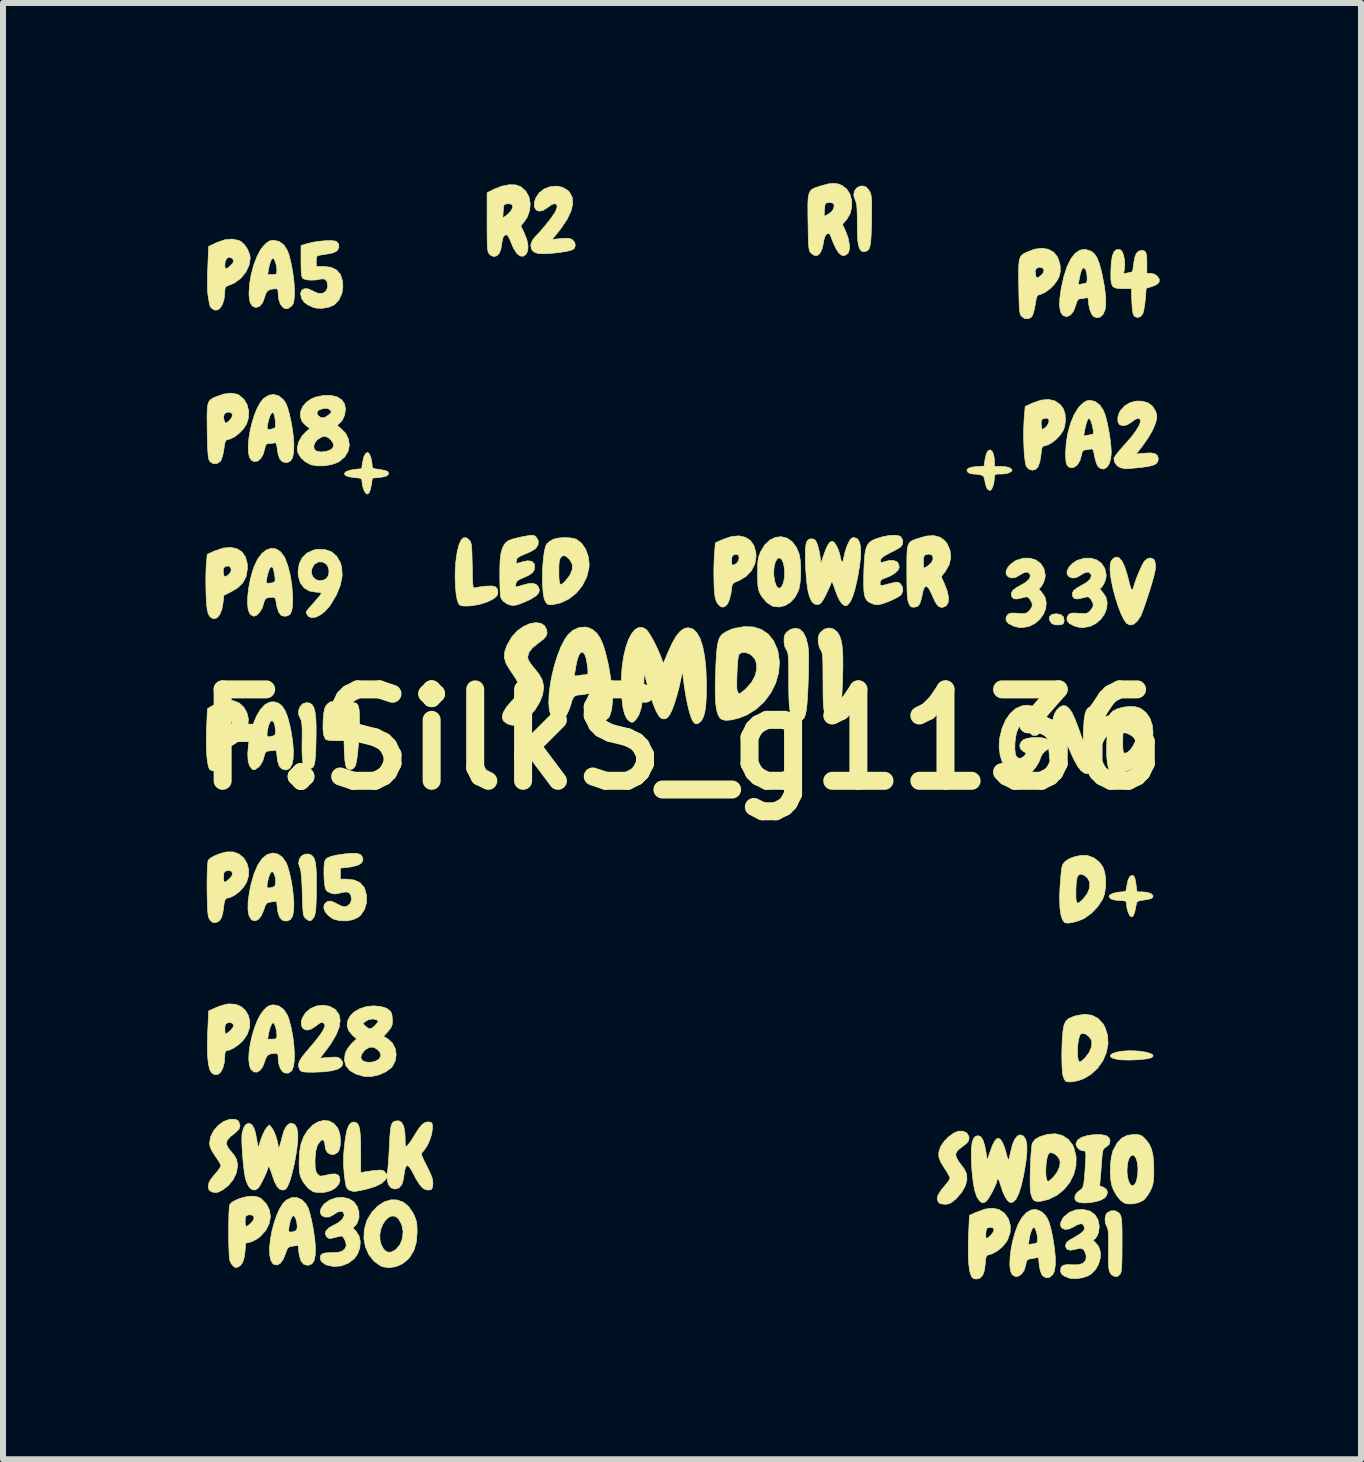
<source format=kicad_pcb>
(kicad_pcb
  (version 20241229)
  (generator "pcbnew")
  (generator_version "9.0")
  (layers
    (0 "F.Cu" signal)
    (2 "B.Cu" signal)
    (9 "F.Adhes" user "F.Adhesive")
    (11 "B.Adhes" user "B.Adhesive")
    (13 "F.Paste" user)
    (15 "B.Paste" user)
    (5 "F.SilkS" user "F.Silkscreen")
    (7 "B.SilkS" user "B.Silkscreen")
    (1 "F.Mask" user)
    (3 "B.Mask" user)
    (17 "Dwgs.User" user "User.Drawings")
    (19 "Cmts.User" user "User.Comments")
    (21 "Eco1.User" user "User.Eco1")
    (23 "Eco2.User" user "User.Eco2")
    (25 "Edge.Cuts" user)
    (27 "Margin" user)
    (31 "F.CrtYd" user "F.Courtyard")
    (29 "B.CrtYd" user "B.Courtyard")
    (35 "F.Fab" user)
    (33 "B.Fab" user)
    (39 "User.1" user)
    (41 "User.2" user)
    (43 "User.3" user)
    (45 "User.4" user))
  (footprint "F.SilkS_g1136"
    (layer "F.Cu")
    (at 8.317 9.274)
    (property "Reference" "F.SilkS_g1136" (at 0 0 0) (layer "F.SilkS") (effects (font (size 1.524 1.524) (thickness 0.3))))
    (attr through_hole)
    (fp_poly (pts (xy 6.311 -2.082) (xy 6.357 -2.044) (xy 6.368 -1.982) (xy 6.368 -1.978) (xy 6.359 -1.937) (xy 6.335 -1.918) (xy 6.283 -1.91) (xy 6.275 -1.909) (xy 6.205 -1.912) (xy 6.159 -1.937) (xy 6.153 -1.943) (xy 6.12 -2) (xy 6.126 -2.049) (xy 6.167 -2.084) (xy 6.234 -2.095) (xy 6.311 -2.082)) (stroke (width 0.01) (type solid)) (fill yes) (layer "F.SilkS"))
    (fp_poly (pts (xy 7.551 5.19) (xy 7.648 5.198) (xy 7.732 5.212) (xy 7.798 5.231) (xy 7.84 5.252) (xy 7.852 5.275) (xy 7.831 5.299) (xy 7.805 5.31) (xy 7.753 5.322) (xy 7.67 5.332) (xy 7.57 5.339) (xy 7.465 5.343) (xy 7.368 5.342) (xy 7.29 5.338) (xy 7.276 5.336) (xy 7.191 5.317) (xy 7.145 5.292) (xy 7.138 5.264) (xy 7.169 5.237) (xy 7.235 5.213) (xy 7.336 5.195) (xy 7.338 5.195) (xy 7.446 5.188) (xy 7.551 5.19)) (stroke (width 0.01) (type solid)) (fill yes) (layer "F.SilkS"))
    (fp_poly (pts (xy -6.206 -0.606) (xy -6.167 -0.581) (xy -6.137 -0.533) (xy -6.117 -0.46) (xy -6.104 -0.358) (xy -6.098 -0.222) (xy -6.099 -0.049) (xy -6.1 0.001) (xy -6.103 0.158) (xy -6.109 0.277) (xy -6.118 0.364) (xy -6.131 0.423) (xy -6.149 0.46) (xy -6.175 0.48) (xy -6.208 0.486) (xy -6.221 0.487) (xy -6.268 0.478) (xy -6.299 0.442) (xy -6.309 0.419) (xy -6.322 0.372) (xy -6.329 0.297) (xy -6.333 0.19) (xy -6.333 0.046) (xy -6.332 0.027) (xy -6.331 -0.104) (xy -6.332 -0.199) (xy -6.337 -0.265) (xy -6.344 -0.309) (xy -6.356 -0.338) (xy -6.36 -0.344) (xy -6.389 -0.414) (xy -6.389 -0.487) (xy -6.363 -0.552) (xy -6.316 -0.598) (xy -6.256 -0.614) (xy -6.206 -0.606)) (stroke (width 0.01) (type solid)) (fill yes) (layer "F.SilkS"))
    (fp_poly (pts (xy -6.181 1.926) (xy -6.15 1.952) (xy -6.126 1.995) (xy -6.109 2.06) (xy -6.099 2.152) (xy -6.093 2.276) (xy -6.093 2.435) (xy -6.093 2.476) (xy -6.095 2.628) (xy -6.099 2.744) (xy -6.104 2.829) (xy -6.112 2.891) (xy -6.123 2.934) (xy -6.137 2.966) (xy -6.155 2.99) (xy -6.187 3.02) (xy -6.217 3.021) (xy -6.259 2.994) (xy -6.268 2.986) (xy -6.286 2.97) (xy -6.299 2.951) (xy -6.309 2.921) (xy -6.316 2.876) (xy -6.321 2.808) (xy -6.325 2.71) (xy -6.329 2.577) (xy -6.329 2.568) (xy -6.335 2.407) (xy -6.343 2.281) (xy -6.353 2.194) (xy -6.365 2.147) (xy -6.366 2.145) (xy -6.39 2.07) (xy -6.381 2.002) (xy -6.347 1.947) (xy -6.293 1.914) (xy -6.227 1.909) (xy -6.181 1.926)) (stroke (width 0.01) (type solid)) (fill yes) (layer "F.SilkS"))
    (fp_poly (pts (xy 7.219 7.856) (xy 7.279 7.889) (xy 7.297 7.91) (xy 7.309 7.934) (xy 7.319 7.965) (xy 7.326 8.01) (xy 7.33 8.074) (xy 7.333 8.164) (xy 7.334 8.285) (xy 7.334 8.413) (xy 7.333 8.58) (xy 7.331 8.708) (xy 7.326 8.802) (xy 7.319 8.865) (xy 7.309 8.902) (xy 7.307 8.906) (xy 7.265 8.946) (xy 7.211 8.951) (xy 7.159 8.922) (xy 7.14 8.897) (xy 7.126 8.87) (xy 7.116 8.835) (xy 7.11 8.785) (xy 7.107 8.711) (xy 7.107 8.608) (xy 7.108 8.505) (xy 7.109 8.371) (xy 7.108 8.274) (xy 7.104 8.205) (xy 7.097 8.16) (xy 7.085 8.13) (xy 7.081 8.122) (xy 7.055 8.059) (xy 7.05 7.985) (xy 7.066 7.919) (xy 7.087 7.888) (xy 7.15 7.856) (xy 7.219 7.856)) (stroke (width 0.01) (type solid)) (fill yes) (layer "F.SilkS"))
    (fp_poly (pts (xy 3.067 -9.207) (xy 3.111 -9.16) (xy 3.121 -9.144) (xy 3.136 -9.116) (xy 3.147 -9.085) (xy 3.154 -9.045) (xy 3.159 -8.989) (xy 3.161 -8.912) (xy 3.16 -8.805) (xy 3.159 -8.663) (xy 3.159 -8.659) (xy 3.155 -8.496) (xy 3.15 -8.371) (xy 3.142 -8.279) (xy 3.13 -8.214) (xy 3.113 -8.171) (xy 3.089 -8.147) (xy 3.059 -8.134) (xy 3.042 -8.132) (xy 3 -8.134) (xy 2.973 -8.158) (xy 2.952 -8.2) (xy 2.939 -8.247) (xy 2.929 -8.316) (xy 2.924 -8.413) (xy 2.921 -8.544) (xy 2.921 -8.602) (xy 2.92 -8.734) (xy 2.917 -8.831) (xy 2.912 -8.901) (xy 2.903 -8.949) (xy 2.89 -8.983) (xy 2.886 -8.99) (xy 2.862 -9.064) (xy 2.871 -9.134) (xy 2.908 -9.189) (xy 2.965 -9.221) (xy 3.013 -9.225) (xy 3.067 -9.207)) (stroke (width 0.01) (type solid)) (fill yes) (layer "F.SilkS"))
    (fp_poly (pts (xy -5.215 -4.765) (xy -5.192 -4.716) (xy -5.174 -4.65) (xy -5.165 -4.58) (xy -5.165 -4.569) (xy -5.162 -4.538) (xy -5.146 -4.52) (xy -5.107 -4.509) (xy -5.037 -4.5) (xy -5.037 -4.499) (xy -4.95 -4.484) (xy -4.903 -4.463) (xy -4.896 -4.453) (xy -4.895 -4.417) (xy -4.925 -4.391) (xy -4.991 -4.374) (xy -5.043 -4.367) (xy -5.161 -4.355) (xy -5.175 -4.257) (xy -5.195 -4.161) (xy -5.22 -4.105) (xy -5.248 -4.088) (xy -5.279 -4.112) (xy -5.303 -4.159) (xy -5.324 -4.226) (xy -5.334 -4.29) (xy -5.334 -4.294) (xy -5.336 -4.328) (xy -5.349 -4.347) (xy -5.383 -4.357) (xy -5.448 -4.363) (xy -5.461 -4.364) (xy -5.557 -4.379) (xy -5.613 -4.403) (xy -5.628 -4.432) (xy -5.604 -4.461) (xy -5.54 -4.486) (xy -5.462 -4.5) (xy -5.339 -4.513) (xy -5.326 -4.607) (xy -5.306 -4.703) (xy -5.276 -4.763) (xy -5.24 -4.784) (xy -5.239 -4.784) (xy -5.215 -4.765)) (stroke (width 0.01) (type solid)) (fill yes) (layer "F.SilkS"))
    (fp_poly (pts (xy 1.962 -1.837) (xy 2.021 -1.781) (xy 2.067 -1.69) (xy 2.098 -1.564) (xy 2.106 -1.497) (xy 2.109 -1.428) (xy 2.11 -1.326) (xy 2.109 -1.201) (xy 2.106 -1.061) (xy 2.101 -0.917) (xy 2.101 -0.9) (xy 2.092 -0.725) (xy 2.083 -0.589) (xy 2.071 -0.486) (xy 2.056 -0.412) (xy 2.037 -0.363) (xy 2.012 -0.334) (xy 1.979 -0.32) (xy 1.95 -0.318) (xy 1.893 -0.331) (xy 1.855 -0.357) (xy 1.831 -0.39) (xy 1.812 -0.432) (xy 1.798 -0.489) (xy 1.788 -0.567) (xy 1.782 -0.67) (xy 1.779 -0.804) (xy 1.778 -0.975) (xy 1.778 -0.993) (xy 1.778 -1.147) (xy 1.776 -1.264) (xy 1.773 -1.35) (xy 1.768 -1.409) (xy 1.761 -1.449) (xy 1.752 -1.473) (xy 1.744 -1.484) (xy 1.715 -1.541) (xy 1.7 -1.62) (xy 1.702 -1.7) (xy 1.712 -1.741) (xy 1.748 -1.791) (xy 1.804 -1.832) (xy 1.807 -1.834) (xy 1.89 -1.855) (xy 1.962 -1.837)) (stroke (width 0.01) (type solid)) (fill yes) (layer "F.SilkS"))
    (fp_poly (pts (xy 2.522 -1.842) (xy 2.587 -1.791) (xy 2.624 -1.73) (xy 2.647 -1.667) (xy 2.664 -1.589) (xy 2.675 -1.492) (xy 2.68 -1.37) (xy 2.681 -1.22) (xy 2.677 -1.036) (xy 2.672 -0.9) (xy 2.664 -0.725) (xy 2.654 -0.589) (xy 2.643 -0.486) (xy 2.628 -0.412) (xy 2.608 -0.362) (xy 2.583 -0.333) (xy 2.551 -0.32) (xy 2.524 -0.318) (xy 2.471 -0.324) (xy 2.44 -0.334) (xy 2.416 -0.363) (xy 2.388 -0.415) (xy 2.382 -0.429) (xy 2.371 -0.464) (xy 2.362 -0.513) (xy 2.356 -0.58) (xy 2.352 -0.673) (xy 2.35 -0.795) (xy 2.35 -0.954) (xy 2.349 -0.977) (xy 2.349 -1.133) (xy 2.348 -1.252) (xy 2.345 -1.339) (xy 2.341 -1.401) (xy 2.334 -1.443) (xy 2.325 -1.469) (xy 2.315 -1.485) (xy 2.292 -1.529) (xy 2.274 -1.595) (xy 2.27 -1.624) (xy 2.269 -1.698) (xy 2.284 -1.749) (xy 2.305 -1.782) (xy 2.372 -1.838) (xy 2.448 -1.858) (xy 2.522 -1.842)) (stroke (width 0.01) (type solid)) (fill yes) (layer "F.SilkS"))
    (fp_poly (pts (xy 5.166 -4.806) (xy 5.191 -4.754) (xy 5.205 -4.677) (xy 5.207 -4.634) (xy 5.207 -4.551) (xy 5.319 -4.551) (xy 5.402 -4.544) (xy 5.462 -4.526) (xy 5.473 -4.519) (xy 5.501 -4.494) (xy 5.496 -4.475) (xy 5.473 -4.456) (xy 5.422 -4.435) (xy 5.345 -4.424) (xy 5.319 -4.424) (xy 5.254 -4.423) (xy 5.221 -4.415) (xy 5.209 -4.395) (xy 5.207 -4.366) (xy 5.2 -4.295) (xy 5.184 -4.227) (xy 5.161 -4.174) (xy 5.136 -4.149) (xy 5.133 -4.149) (xy 5.099 -4.165) (xy 5.081 -4.188) (xy 5.064 -4.235) (xy 5.049 -4.299) (xy 5.047 -4.313) (xy 5.033 -4.37) (xy 5.009 -4.398) (xy 4.969 -4.411) (xy 4.901 -4.421) (xy 4.847 -4.424) (xy 4.794 -4.435) (xy 4.762 -4.456) (xy 4.747 -4.493) (xy 4.772 -4.52) (xy 4.837 -4.539) (xy 4.908 -4.547) (xy 5.034 -4.556) (xy 5.048 -4.654) (xy 5.069 -4.749) (xy 5.095 -4.806) (xy 5.13 -4.826) (xy 5.134 -4.826) (xy 5.166 -4.806)) (stroke (width 0.01) (type solid)) (fill yes) (layer "F.SilkS"))
    (fp_poly (pts (xy -7.419 -3.179) (xy -7.335 -3.126) (xy -7.276 -3.042) (xy -7.246 -2.932) (xy -7.244 -2.842) (xy -7.266 -2.714) (xy -7.32 -2.61) (xy -7.408 -2.525) (xy -7.507 -2.466) (xy -7.636 -2.402) (xy -7.649 -2.28) (xy -7.669 -2.169) (xy -7.703 -2.084) (xy -7.746 -2.03) (xy -7.796 -2.011) (xy -7.844 -2.027) (xy -7.874 -2.055) (xy -7.897 -2.098) (xy -7.913 -2.162) (xy -7.924 -2.253) (xy -7.931 -2.377) (xy -7.934 -2.462) (xy -7.936 -2.589) (xy -7.936 -2.716) (xy -7.934 -2.808) (xy -7.647 -2.808) (xy -7.645 -2.785) (xy -7.636 -2.73) (xy -7.618 -2.713) (xy -7.582 -2.728) (xy -7.561 -2.742) (xy -7.523 -2.785) (xy -7.513 -2.832) (xy -7.526 -2.871) (xy -7.56 -2.892) (xy -7.608 -2.885) (xy -7.614 -2.882) (xy -7.642 -2.855) (xy -7.647 -2.808) (xy -7.934 -2.808) (xy -7.933 -2.829) (xy -7.929 -2.916) (xy -7.928 -2.931) (xy -7.913 -3.086) (xy -7.788 -3.142) (xy -7.649 -3.189) (xy -7.524 -3.201) (xy -7.419 -3.179)) (stroke (width 0.01) (type solid)) (fill yes) (layer "F.SilkS"))
    (fp_poly (pts (xy -3.594 -3.361) (xy -3.544 -3.322) (xy -3.529 -3.302) (xy -3.518 -3.275) (xy -3.51 -3.235) (xy -3.505 -3.175) (xy -3.501 -3.089) (xy -3.498 -2.97) (xy -3.496 -2.896) (xy -3.494 -2.76) (xy -3.491 -2.662) (xy -3.488 -2.595) (xy -3.483 -2.553) (xy -3.475 -2.531) (xy -3.465 -2.525) (xy -3.45 -2.527) (xy -3.444 -2.528) (xy -3.398 -2.538) (xy -3.327 -2.548) (xy -3.265 -2.555) (xy -3.171 -2.558) (xy -3.111 -2.544) (xy -3.079 -2.511) (xy -3.069 -2.455) (xy -3.069 -2.453) (xy -3.079 -2.405) (xy -3.116 -2.364) (xy -3.149 -2.34) (xy -3.246 -2.292) (xy -3.368 -2.253) (xy -3.498 -2.229) (xy -3.591 -2.223) (xy -3.661 -2.226) (xy -3.702 -2.238) (xy -3.725 -2.264) (xy -3.726 -2.266) (xy -3.748 -2.331) (xy -3.765 -2.428) (xy -3.776 -2.549) (xy -3.782 -2.684) (xy -3.78 -2.823) (xy -3.771 -2.957) (xy -3.77 -2.962) (xy -3.748 -3.121) (xy -3.719 -3.24) (xy -3.683 -3.321) (xy -3.642 -3.361) (xy -3.594 -3.361)) (stroke (width 0.01) (type solid)) (fill yes) (layer "F.SilkS"))
    (fp_poly (pts (xy 7.527 2.274) (xy 7.545 2.305) (xy 7.559 2.366) (xy 7.569 2.434) (xy 7.583 2.54) (xy 7.664 2.54) (xy 7.751 2.548) (xy 7.814 2.568) (xy 7.847 2.599) (xy 7.849 2.619) (xy 7.833 2.643) (xy 7.792 2.66) (xy 7.716 2.673) (xy 7.71 2.674) (xy 7.639 2.685) (xy 7.598 2.697) (xy 7.579 2.717) (xy 7.57 2.753) (xy 7.567 2.769) (xy 7.546 2.872) (xy 7.522 2.936) (xy 7.495 2.958) (xy 7.466 2.94) (xy 7.44 2.892) (xy 7.418 2.823) (xy 7.408 2.757) (xy 7.408 2.752) (xy 7.405 2.712) (xy 7.388 2.693) (xy 7.345 2.687) (xy 7.318 2.686) (xy 7.212 2.677) (xy 7.144 2.655) (xy 7.116 2.62) (xy 7.116 2.62) (xy 7.13 2.592) (xy 7.177 2.567) (xy 7.245 2.549) (xy 7.326 2.54) (xy 7.337 2.54) (xy 7.376 2.537) (xy 7.397 2.522) (xy 7.408 2.484) (xy 7.415 2.432) (xy 7.435 2.336) (xy 7.466 2.281) (xy 7.504 2.265) (xy 7.527 2.274)) (stroke (width 0.01) (type solid)) (fill yes) (layer "F.SilkS"))
    (fp_poly (pts (xy -7.436 6.334) (xy -7.399 6.354) (xy -7.388 6.37) (xy -7.367 6.436) (xy -7.384 6.494) (xy -7.44 6.55) (xy -7.445 6.554) (xy -7.531 6.623) (xy -7.58 6.681) (xy -7.594 6.734) (xy -7.575 6.79) (xy -7.528 6.853) (xy -7.464 6.93) (xy -7.427 6.995) (xy -7.411 7.06) (xy -7.408 7.112) (xy -7.428 7.224) (xy -7.481 7.336) (xy -7.562 7.435) (xy -7.654 7.506) (xy -7.721 7.541) (xy -7.771 7.553) (xy -7.822 7.544) (xy -7.848 7.535) (xy -7.883 7.508) (xy -7.895 7.459) (xy -7.895 7.444) (xy -7.888 7.396) (xy -7.862 7.343) (xy -7.811 7.277) (xy -7.789 7.252) (xy -7.738 7.19) (xy -7.701 7.139) (xy -7.684 7.107) (xy -7.684 7.104) (xy -7.695 7.075) (xy -7.726 7.023) (xy -7.769 6.957) (xy -7.779 6.943) (xy -7.832 6.862) (xy -7.861 6.801) (xy -7.873 6.746) (xy -7.874 6.722) (xy -7.855 6.618) (xy -7.804 6.519) (xy -7.731 6.433) (xy -7.641 6.368) (xy -7.545 6.333) (xy -7.503 6.329) (xy -7.436 6.334)) (stroke (width 0.01) (type solid)) (fill yes) (layer "F.SilkS"))
    (fp_poly (pts (xy -7.476 -0.646) (xy -7.381 -0.608) (xy -7.305 -0.539) (xy -7.252 -0.447) (xy -7.227 -0.341) (xy -7.235 -0.229) (xy -7.237 -0.217) (xy -7.279 -0.119) (xy -7.343 -0.027) (xy -7.421 0.05) (xy -7.506 0.104) (xy -7.588 0.127) (xy -7.595 0.127) (xy -7.617 0.132) (xy -7.631 0.155) (xy -7.64 0.203) (xy -7.646 0.274) (xy -7.662 0.393) (xy -7.691 0.473) (xy -7.735 0.517) (xy -7.787 0.529) (xy -7.841 0.519) (xy -7.874 0.498) (xy -7.894 0.45) (xy -7.91 0.367) (xy -7.922 0.252) (xy -7.928 0.112) (xy -7.928 -0.047) (xy -7.924 -0.187) (xy -7.922 -0.232) (xy -7.641 -0.232) (xy -7.635 -0.173) (xy -7.616 -0.152) (xy -7.58 -0.169) (xy -7.545 -0.2) (xy -7.506 -0.244) (xy -7.495 -0.276) (xy -7.51 -0.311) (xy -7.512 -0.315) (xy -7.549 -0.335) (xy -7.586 -0.331) (xy -7.622 -0.316) (xy -7.638 -0.286) (xy -7.641 -0.232) (xy -7.922 -0.232) (xy -7.91 -0.512) (xy -7.844 -0.553) (xy -7.754 -0.598) (xy -7.651 -0.63) (xy -7.552 -0.648) (xy -7.476 -0.646)) (stroke (width 0.01) (type solid)) (fill yes) (layer "F.SilkS"))
    (fp_poly (pts (xy -7.442 4.414) (xy -7.347 4.453) (xy -7.275 4.519) (xy -7.226 4.604) (xy -7.203 4.704) (xy -7.21 4.81) (xy -7.248 4.918) (xy -7.318 5.019) (xy -7.386 5.083) (xy -7.462 5.137) (xy -7.535 5.174) (xy -7.587 5.186) (xy -7.609 5.198) (xy -7.619 5.24) (xy -7.62 5.276) (xy -7.629 5.388) (xy -7.654 5.48) (xy -7.691 5.547) (xy -7.738 5.584) (xy -7.789 5.587) (xy -7.841 5.555) (xy -7.871 5.502) (xy -7.893 5.413) (xy -7.906 5.286) (xy -7.911 5.121) (xy -7.907 4.916) (xy -7.904 4.844) (xy -7.903 4.825) (xy -7.62 4.825) (xy -7.617 4.879) (xy -7.609 4.908) (xy -7.605 4.911) (xy -7.582 4.897) (xy -7.542 4.864) (xy -7.531 4.854) (xy -7.493 4.811) (xy -7.473 4.777) (xy -7.472 4.772) (xy -7.489 4.733) (xy -7.532 4.716) (xy -7.572 4.722) (xy -7.604 4.743) (xy -7.618 4.782) (xy -7.62 4.825) (xy -7.903 4.825) (xy -7.889 4.524) (xy -7.771 4.471) (xy -7.688 4.439) (xy -7.601 4.415) (xy -7.555 4.407) (xy -7.442 4.414)) (stroke (width 0.01) (type solid)) (fill yes) (layer "F.SilkS"))
    (fp_poly (pts (xy -7.39 -8.317) (xy -7.349 -8.297) (xy -7.289 -8.241) (xy -7.237 -8.161) (xy -7.204 -8.074) (xy -7.197 -8.022) (xy -7.216 -7.903) (xy -7.27 -7.788) (xy -7.352 -7.688) (xy -7.455 -7.611) (xy -7.517 -7.583) (xy -7.577 -7.56) (xy -7.608 -7.538) (xy -7.619 -7.504) (xy -7.62 -7.462) (xy -7.63 -7.352) (xy -7.655 -7.262) (xy -7.693 -7.196) (xy -7.739 -7.159) (xy -7.79 -7.156) (xy -7.84 -7.187) (xy -7.856 -7.207) (xy -7.869 -7.235) (xy -7.88 -7.279) (xy -7.891 -7.348) (xy -7.906 -7.45) (xy -7.909 -7.504) (xy -7.91 -7.591) (xy -7.909 -7.699) (xy -7.906 -7.82) (xy -7.903 -7.881) (xy -7.902 -7.914) (xy -7.62 -7.914) (xy -7.617 -7.863) (xy -7.603 -7.844) (xy -7.573 -7.857) (xy -7.52 -7.902) (xy -7.519 -7.902) (xy -7.479 -7.951) (xy -7.478 -7.993) (xy -7.502 -8.021) (xy -7.546 -8.038) (xy -7.586 -8.019) (xy -7.612 -7.971) (xy -7.62 -7.914) (xy -7.902 -7.914) (xy -7.889 -8.218) (xy -7.76 -8.279) (xy -7.624 -8.327) (xy -7.499 -8.34) (xy -7.39 -8.317)) (stroke (width 0.01) (type solid)) (fill yes) (layer "F.SilkS"))
    (fp_poly (pts (xy 1.054 -3.37) (xy 1.138 -3.316) (xy 1.198 -3.231) (xy 1.23 -3.118) (xy 1.234 -3.054) (xy 1.214 -2.927) (xy 1.157 -2.813) (xy 1.068 -2.718) (xy 0.952 -2.649) (xy 0.92 -2.636) (xy 0.864 -2.612) (xy 0.838 -2.581) (xy 0.831 -2.547) (xy 0.815 -2.43) (xy 0.79 -2.332) (xy 0.76 -2.262) (xy 0.735 -2.233) (xy 0.692 -2.207) (xy 0.66 -2.207) (xy 0.62 -2.234) (xy 0.613 -2.24) (xy 0.572 -2.298) (xy 0.549 -2.383) (xy 0.54 -2.465) (xy 0.534 -2.578) (xy 0.531 -2.711) (xy 0.531 -2.85) (xy 0.535 -2.983) (xy 0.826 -2.983) (xy 0.829 -2.924) (xy 0.845 -2.903) (xy 0.88 -2.916) (xy 0.905 -2.933) (xy 0.939 -2.973) (xy 0.952 -3.023) (xy 0.944 -3.067) (xy 0.931 -3.08) (xy 0.895 -3.085) (xy 0.868 -3.08) (xy 0.839 -3.06) (xy 0.827 -3.017) (xy 0.826 -2.983) (xy 0.535 -2.983) (xy 0.535 -2.986) (xy 0.542 -3.107) (xy 0.543 -3.117) (xy 0.556 -3.278) (xy 0.684 -3.335) (xy 0.823 -3.382) (xy 0.947 -3.393) (xy 1.054 -3.37)) (stroke (width 0.01) (type solid)) (fill yes) (layer "F.SilkS"))
    (fp_poly (pts (xy 4.685 6.529) (xy 4.746 6.559) (xy 4.779 6.613) (xy 4.784 6.645) (xy 4.776 6.686) (xy 4.748 6.725) (xy 4.692 6.772) (xy 4.68 6.781) (xy 4.615 6.83) (xy 4.575 6.874) (xy 4.561 6.917) (xy 4.573 6.969) (xy 4.612 7.036) (xy 4.678 7.126) (xy 4.704 7.159) (xy 4.743 7.242) (xy 4.748 7.34) (xy 4.719 7.445) (xy 4.658 7.552) (xy 4.567 7.655) (xy 4.564 7.658) (xy 4.501 7.711) (xy 4.45 7.738) (xy 4.397 7.747) (xy 4.386 7.747) (xy 4.327 7.741) (xy 4.284 7.725) (xy 4.28 7.722) (xy 4.253 7.668) (xy 4.265 7.598) (xy 4.317 7.514) (xy 4.36 7.461) (xy 4.412 7.4) (xy 4.45 7.348) (xy 4.466 7.314) (xy 4.466 7.312) (xy 4.455 7.28) (xy 4.425 7.224) (xy 4.382 7.156) (xy 4.371 7.14) (xy 4.31 7.04) (xy 4.28 6.956) (xy 4.28 6.878) (xy 4.307 6.795) (xy 4.317 6.775) (xy 4.37 6.697) (xy 4.443 6.623) (xy 4.523 6.564) (xy 4.598 6.53) (xy 4.607 6.528) (xy 4.685 6.529)) (stroke (width 0.01) (type solid)) (fill yes) (layer "F.SilkS"))
    (fp_poly (pts (xy 5.281 7.834) (xy 5.37 7.892) (xy 5.375 7.897) (xy 5.441 7.991) (xy 5.472 8.102) (xy 5.468 8.22) (xy 5.427 8.336) (xy 5.405 8.375) (xy 5.339 8.454) (xy 5.256 8.524) (xy 5.17 8.572) (xy 5.126 8.585) (xy 5.092 8.595) (xy 5.072 8.613) (xy 5.062 8.651) (xy 5.055 8.719) (xy 5.055 8.728) (xy 5.04 8.847) (xy 5.012 8.928) (xy 4.969 8.975) (xy 4.917 8.992) (xy 4.865 8.989) (xy 4.832 8.962) (xy 4.82 8.939) (xy 4.795 8.863) (xy 4.779 8.747) (xy 4.771 8.595) (xy 4.771 8.407) (xy 4.775 8.283) (xy 5.063 8.283) (xy 5.07 8.315) (xy 5.075 8.319) (xy 5.1 8.304) (xy 5.14 8.27) (xy 5.153 8.256) (xy 5.193 8.201) (xy 5.199 8.158) (xy 5.172 8.134) (xy 5.128 8.132) (xy 5.09 8.141) (xy 5.072 8.165) (xy 5.064 8.217) (xy 5.063 8.229) (xy 5.063 8.283) (xy 4.775 8.283) (xy 4.776 8.25) (xy 4.79 7.932) (xy 4.903 7.881) (xy 5.048 7.828) (xy 5.174 7.812) (xy 5.281 7.834)) (stroke (width 0.01) (type solid)) (fill yes) (layer "F.SilkS"))
    (fp_poly (pts (xy 7.28 -3.03) (xy 7.329 -2.979) (xy 7.374 -2.887) (xy 7.417 -2.754) (xy 7.43 -2.705) (xy 7.457 -2.597) (xy 7.478 -2.528) (xy 7.495 -2.494) (xy 7.509 -2.494) (xy 7.521 -2.523) (xy 7.524 -2.533) (xy 7.546 -2.608) (xy 7.579 -2.699) (xy 7.618 -2.793) (xy 7.656 -2.88) (xy 7.69 -2.946) (xy 7.707 -2.972) (xy 7.759 -3.015) (xy 7.814 -3.025) (xy 7.861 -3.002) (xy 7.876 -2.981) (xy 7.89 -2.925) (xy 7.889 -2.845) (xy 7.887 -2.828) (xy 7.876 -2.772) (xy 7.854 -2.686) (xy 7.823 -2.579) (xy 7.787 -2.461) (xy 7.748 -2.341) (xy 7.71 -2.229) (xy 7.676 -2.135) (xy 7.649 -2.067) (xy 7.641 -2.052) (xy 7.586 -1.969) (xy 7.526 -1.92) (xy 7.467 -1.907) (xy 7.412 -1.933) (xy 7.402 -1.943) (xy 7.359 -2.008) (xy 7.313 -2.105) (xy 7.267 -2.226) (xy 7.224 -2.361) (xy 7.186 -2.501) (xy 7.157 -2.637) (xy 7.138 -2.76) (xy 7.133 -2.843) (xy 7.137 -2.923) (xy 7.153 -2.975) (xy 7.177 -3.007) (xy 7.23 -3.04) (xy 7.28 -3.03)) (stroke (width 0.01) (type solid)) (fill yes) (layer "F.SilkS"))
    (fp_poly (pts (xy -4.751 7.674) (xy -4.644 7.713) (xy -4.556 7.785) (xy -4.483 7.894) (xy -4.478 7.904) (xy -4.446 7.974) (xy -4.427 8.035) (xy -4.418 8.104) (xy -4.415 8.197) (xy -4.415 8.211) (xy -4.428 8.377) (xy -4.468 8.514) (xy -4.538 8.63) (xy -4.568 8.665) (xy -4.66 8.739) (xy -4.768 8.786) (xy -4.88 8.803) (xy -4.986 8.789) (xy -5.027 8.772) (xy -5.136 8.693) (xy -5.22 8.586) (xy -5.276 8.459) (xy -5.302 8.319) (xy -5.299 8.25) (xy -5.036 8.25) (xy -5.034 8.343) (xy -5.015 8.418) (xy -4.97 8.501) (xy -4.914 8.543) (xy -4.849 8.545) (xy -4.775 8.505) (xy -4.764 8.497) (xy -4.697 8.415) (xy -4.659 8.312) (xy -4.649 8.199) (xy -4.67 8.089) (xy -4.722 7.993) (xy -4.775 7.949) (xy -4.832 7.941) (xy -4.889 7.964) (xy -4.941 8.012) (xy -4.986 8.079) (xy -5.019 8.16) (xy -5.036 8.25) (xy -5.299 8.25) (xy -5.296 8.173) (xy -5.257 8.03) (xy -5.242 7.998) (xy -5.166 7.875) (xy -5.072 7.777) (xy -4.966 7.708) (xy -4.855 7.673) (xy -4.751 7.674)) (stroke (width 0.01) (type solid)) (fill yes) (layer "F.SilkS"))
    (fp_poly (pts (xy -2.353 -1.935) (xy -2.291 -1.895) (xy -2.256 -1.83) (xy -2.249 -1.772) (xy -2.265 -1.722) (xy -2.308 -1.672) (xy -2.385 -1.614) (xy -2.395 -1.606) (xy -2.493 -1.527) (xy -2.553 -1.448) (xy -2.572 -1.373) (xy -2.563 -1.329) (xy -2.539 -1.287) (xy -2.497 -1.229) (xy -2.461 -1.185) (xy -2.382 -1.086) (xy -2.333 -0.998) (xy -2.311 -0.911) (xy -2.307 -0.853) (xy -2.325 -0.74) (xy -2.374 -0.619) (xy -2.447 -0.499) (xy -2.537 -0.392) (xy -2.636 -0.308) (xy -2.699 -0.273) (xy -2.77 -0.244) (xy -2.824 -0.236) (xy -2.879 -0.249) (xy -2.913 -0.263) (xy -2.975 -0.307) (xy -2.998 -0.367) (xy -2.982 -0.444) (xy -2.927 -0.537) (xy -2.845 -0.633) (xy -2.777 -0.707) (xy -2.731 -0.766) (xy -2.706 -0.817) (xy -2.704 -0.87) (xy -2.724 -0.93) (xy -2.767 -1.007) (xy -2.833 -1.107) (xy -2.873 -1.165) (xy -2.935 -1.271) (xy -2.962 -1.366) (xy -2.955 -1.462) (xy -2.917 -1.57) (xy -2.913 -1.577) (xy -2.836 -1.711) (xy -2.739 -1.815) (xy -2.638 -1.885) (xy -2.533 -1.931) (xy -2.436 -1.947) (xy -2.353 -1.935)) (stroke (width 0.01) (type solid)) (fill yes) (layer "F.SilkS"))
    (fp_poly (pts (xy 6.214 -5.643) (xy 6.302 -5.582) (xy 6.35 -5.519) (xy 6.383 -5.431) (xy 6.392 -5.324) (xy 6.377 -5.216) (xy 6.351 -5.145) (xy 6.299 -5.069) (xy 6.228 -4.995) (xy 6.149 -4.936) (xy 6.076 -4.902) (xy 6.064 -4.899) (xy 6.027 -4.89) (xy 6.005 -4.873) (xy 5.994 -4.838) (xy 5.986 -4.775) (xy 5.983 -4.75) (xy 5.963 -4.626) (xy 5.931 -4.541) (xy 5.897 -4.504) (xy 5.839 -4.487) (xy 5.78 -4.506) (xy 5.743 -4.543) (xy 5.727 -4.589) (xy 5.714 -4.669) (xy 5.703 -4.776) (xy 5.697 -4.902) (xy 5.693 -5.038) (xy 5.694 -5.177) (xy 5.698 -5.265) (xy 5.985 -5.265) (xy 5.987 -5.249) (xy 5.994 -5.196) (xy 6.004 -5.167) (xy 6.007 -5.165) (xy 6.029 -5.178) (xy 6.067 -5.209) (xy 6.068 -5.211) (xy 6.104 -5.259) (xy 6.117 -5.307) (xy 6.107 -5.343) (xy 6.077 -5.355) (xy 6.018 -5.348) (xy 5.99 -5.321) (xy 5.985 -5.265) (xy 5.698 -5.265) (xy 5.7 -5.31) (xy 5.704 -5.366) (xy 5.719 -5.55) (xy 5.839 -5.605) (xy 5.981 -5.655) (xy 6.106 -5.667) (xy 6.214 -5.643)) (stroke (width 0.01) (type solid)) (fill yes) (layer "F.SilkS"))
    (fp_poly (pts (xy -5.797 -0.596) (xy -5.787 -0.581) (xy -5.764 -0.524) (xy -5.753 -0.437) (xy -5.752 -0.38) (xy -5.753 -0.233) (xy -5.613 -0.233) (xy -5.598 -0.376) (xy -5.58 -0.489) (xy -5.552 -0.564) (xy -5.512 -0.605) (xy -5.472 -0.614) (xy -5.427 -0.603) (xy -5.398 -0.566) (xy -5.382 -0.498) (xy -5.376 -0.395) (xy -5.376 -0.385) (xy -5.376 -0.238) (xy -5.292 -0.225) (xy -5.218 -0.199) (xy -5.177 -0.156) (xy -5.169 -0.106) (xy -5.194 -0.057) (xy -5.252 -0.019) (xy -5.296 -0.006) (xy -5.387 0.012) (xy -5.404 0.201) (xy -5.414 0.293) (xy -5.428 0.374) (xy -5.442 0.432) (xy -5.446 0.444) (xy -5.485 0.49) (xy -5.535 0.503) (xy -5.583 0.482) (xy -5.59 0.474) (xy -5.608 0.428) (xy -5.62 0.341) (xy -5.627 0.23) (xy -5.634 0.021) (xy -5.778 0.021) (xy -5.866 0.017) (xy -5.925 0.006) (xy -5.943 -0.005) (xy -5.971 -0.069) (xy -5.984 -0.172) (xy -5.982 -0.314) (xy -5.979 -0.354) (xy -5.969 -0.449) (xy -5.957 -0.512) (xy -5.939 -0.555) (xy -5.914 -0.586) (xy -5.867 -0.625) (xy -5.831 -0.629) (xy -5.797 -0.596)) (stroke (width 0.01) (type solid)) (fill yes) (layer "F.SilkS"))
    (fp_poly (pts (xy -1.992 -9.202) (xy -1.905 -9.151) (xy -1.875 -9.121) (xy -1.83 -9.035) (xy -1.821 -8.931) (xy -1.849 -8.81) (xy -1.912 -8.674) (xy -2.011 -8.525) (xy -2.055 -8.469) (xy -2.164 -8.333) (xy -2.021 -8.348) (xy -1.935 -8.354) (xy -1.877 -8.35) (xy -1.836 -8.334) (xy -1.828 -8.329) (xy -1.789 -8.284) (xy -1.779 -8.229) (xy -1.799 -8.18) (xy -1.807 -8.173) (xy -1.848 -8.154) (xy -1.922 -8.136) (xy -2.017 -8.12) (xy -2.123 -8.107) (xy -2.229 -8.099) (xy -2.325 -8.096) (xy -2.401 -8.1) (xy -2.402 -8.101) (xy -2.472 -8.127) (xy -2.511 -8.176) (xy -2.52 -8.241) (xy -2.497 -8.313) (xy -2.443 -8.383) (xy -2.377 -8.452) (xy -2.303 -8.537) (xy -2.23 -8.627) (xy -2.166 -8.711) (xy -2.119 -8.781) (xy -2.107 -8.802) (xy -2.082 -8.872) (xy -2.088 -8.915) (xy -2.119 -8.931) (xy -2.172 -8.915) (xy -2.236 -8.869) (xy -2.314 -8.818) (xy -2.381 -8.805) (xy -2.432 -8.825) (xy -2.461 -8.875) (xy -2.462 -8.948) (xy -2.438 -9.024) (xy -2.379 -9.112) (xy -2.295 -9.176) (xy -2.196 -9.213) (xy -2.092 -9.222) (xy -1.992 -9.202)) (stroke (width 0.01) (type solid)) (fill yes) (layer "F.SilkS"))
    (fp_poly (pts (xy 7.066 6.602) (xy 7.116 6.636) (xy 7.133 6.688) (xy 7.133 6.692) (xy 7.121 6.747) (xy 7.076 6.787) (xy 7.071 6.79) (xy 7.04 6.81) (xy 7.021 6.835) (xy 7.009 6.876) (xy 7.001 6.942) (xy 6.997 6.995) (xy 6.989 7.1) (xy 6.98 7.211) (xy 6.972 7.303) (xy 6.961 7.44) (xy 7.026 7.465) (xy 7.076 7.501) (xy 7.092 7.553) (xy 7.07 7.611) (xy 7.046 7.639) (xy 6.987 7.674) (xy 6.903 7.701) (xy 6.807 7.719) (xy 6.711 7.725) (xy 6.628 7.718) (xy 6.573 7.697) (xy 6.546 7.656) (xy 6.551 7.602) (xy 6.585 7.55) (xy 6.624 7.519) (xy 6.651 7.501) (xy 6.671 7.479) (xy 6.685 7.445) (xy 6.697 7.394) (xy 6.706 7.319) (xy 6.714 7.213) (xy 6.723 7.086) (xy 6.728 6.985) (xy 6.73 6.92) (xy 6.727 6.882) (xy 6.719 6.864) (xy 6.704 6.858) (xy 6.696 6.858) (xy 6.633 6.842) (xy 6.586 6.801) (xy 6.565 6.748) (xy 6.566 6.735) (xy 6.593 6.677) (xy 6.658 6.632) (xy 6.757 6.601) (xy 6.859 6.588) (xy 6.981 6.586) (xy 7.066 6.602)) (stroke (width 0.01) (type solid)) (fill yes) (layer "F.SilkS"))
    (fp_poly (pts (xy 1.75 -3.355) (xy 1.835 -3.296) (xy 1.905 -3.203) (xy 1.951 -3.093) (xy 1.969 -2.996) (xy 1.978 -2.875) (xy 1.978 -2.745) (xy 1.969 -2.621) (xy 1.951 -2.517) (xy 1.942 -2.485) (xy 1.886 -2.374) (xy 1.809 -2.288) (xy 1.717 -2.231) (xy 1.617 -2.207) (xy 1.517 -2.22) (xy 1.503 -2.225) (xy 1.413 -2.283) (xy 1.333 -2.377) (xy 1.305 -2.424) (xy 1.285 -2.466) (xy 1.272 -2.512) (xy 1.264 -2.571) (xy 1.26 -2.652) (xy 1.259 -2.762) (xy 1.26 -2.787) (xy 1.528 -2.787) (xy 1.529 -2.74) (xy 1.544 -2.639) (xy 1.568 -2.567) (xy 1.598 -2.527) (xy 1.631 -2.521) (xy 1.664 -2.553) (xy 1.687 -2.604) (xy 1.706 -2.688) (xy 1.711 -2.78) (xy 1.704 -2.869) (xy 1.687 -2.946) (xy 1.66 -3.002) (xy 1.625 -3.026) (xy 1.619 -3.027) (xy 1.584 -3.007) (xy 1.554 -2.955) (xy 1.535 -2.878) (xy 1.528 -2.787) (xy 1.26 -2.787) (xy 1.26 -2.876) (xy 1.264 -2.959) (xy 1.273 -3.021) (xy 1.288 -3.074) (xy 1.31 -3.128) (xy 1.38 -3.244) (xy 1.465 -3.324) (xy 1.559 -3.369) (xy 1.656 -3.379) (xy 1.75 -3.355)) (stroke (width 0.01) (type solid)) (fill yes) (layer "F.SilkS"))
    (fp_poly (pts (xy 6.339 6.601) (xy 6.436 6.664) (xy 6.51 6.759) (xy 6.532 6.809) (xy 6.568 6.957) (xy 6.565 7.106) (xy 6.528 7.251) (xy 6.46 7.385) (xy 6.364 7.503) (xy 6.246 7.598) (xy 6.107 7.666) (xy 5.988 7.695) (xy 5.919 7.7) (xy 5.876 7.689) (xy 5.857 7.675) (xy 5.834 7.634) (xy 5.814 7.57) (xy 5.808 7.542) (xy 5.803 7.479) (xy 5.801 7.387) (xy 5.802 7.277) (xy 5.803 7.232) (xy 6.062 7.232) (xy 6.069 7.303) (xy 6.082 7.35) (xy 6.1 7.366) (xy 6.127 7.352) (xy 6.169 7.315) (xy 6.193 7.291) (xy 6.255 7.208) (xy 6.293 7.12) (xy 6.302 7.039) (xy 6.291 6.997) (xy 6.252 6.941) (xy 6.201 6.902) (xy 6.15 6.886) (xy 6.12 6.893) (xy 6.098 6.926) (xy 6.081 6.986) (xy 6.069 7.064) (xy 6.063 7.149) (xy 6.062 7.232) (xy 5.803 7.232) (xy 5.804 7.156) (xy 5.809 7.034) (xy 5.816 6.921) (xy 5.824 6.825) (xy 5.832 6.756) (xy 5.839 6.727) (xy 5.883 6.667) (xy 5.964 6.62) (xy 6.085 6.583) (xy 6.093 6.581) (xy 6.223 6.572) (xy 6.339 6.601)) (stroke (width 0.01) (type solid)) (fill yes) (layer "F.SilkS"))
    (fp_poly (pts (xy -1.875 -3.361) (xy -1.792 -3.347) (xy -1.757 -3.334) (xy -1.673 -3.268) (xy -1.607 -3.171) (xy -1.564 -3.054) (xy -1.548 -2.926) (xy -1.552 -2.856) (xy -1.589 -2.705) (xy -1.661 -2.564) (xy -1.76 -2.442) (xy -1.882 -2.345) (xy -2.019 -2.278) (xy -2.137 -2.25) (xy -2.201 -2.245) (xy -2.238 -2.253) (xy -2.264 -2.278) (xy -2.277 -2.296) (xy -2.299 -2.353) (xy -2.314 -2.441) (xy -2.323 -2.553) (xy -2.327 -2.68) (xy -2.325 -2.792) (xy -2.053 -2.792) (xy -2.051 -2.686) (xy -2.044 -2.618) (xy -2.029 -2.586) (xy -2.004 -2.586) (xy -1.967 -2.616) (xy -1.943 -2.641) (xy -1.866 -2.741) (xy -1.828 -2.836) (xy -1.83 -2.922) (xy -1.873 -2.998) (xy -1.882 -3.007) (xy -1.933 -3.053) (xy -1.97 -3.066) (xy -2.003 -3.051) (xy -2.02 -3.036) (xy -2.036 -3.009) (xy -2.047 -2.963) (xy -2.052 -2.89) (xy -2.053 -2.792) (xy -2.325 -2.792) (xy -2.325 -2.813) (xy -2.317 -2.943) (xy -2.305 -3.063) (xy -2.288 -3.164) (xy -2.266 -3.237) (xy -2.25 -3.265) (xy -2.203 -3.304) (xy -2.144 -3.337) (xy -2.144 -3.337) (xy -2.068 -3.356) (xy -1.973 -3.364) (xy -1.875 -3.361)) (stroke (width 0.01) (type solid)) (fill yes) (layer "F.SilkS"))
    (fp_poly (pts (xy 6.832 4.597) (xy 6.935 4.651) (xy 7.017 4.74) (xy 7.046 4.791) (xy 7.092 4.927) (xy 7.1 5.071) (xy 7.073 5.215) (xy 7.015 5.353) (xy 6.927 5.478) (xy 6.813 5.583) (xy 6.701 5.65) (xy 6.624 5.679) (xy 6.541 5.699) (xy 6.466 5.708) (xy 6.41 5.704) (xy 6.397 5.698) (xy 6.374 5.667) (xy 6.352 5.614) (xy 6.35 5.608) (xy 6.34 5.551) (xy 6.334 5.462) (xy 6.331 5.351) (xy 6.33 5.243) (xy 6.591 5.243) (xy 6.597 5.313) (xy 6.611 5.361) (xy 6.629 5.376) (xy 6.656 5.362) (xy 6.698 5.326) (xy 6.723 5.301) (xy 6.785 5.218) (xy 6.822 5.13) (xy 6.831 5.05) (xy 6.82 5.007) (xy 6.782 4.952) (xy 6.73 4.912) (xy 6.679 4.897) (xy 6.649 4.904) (xy 6.627 4.936) (xy 6.61 4.997) (xy 6.597 5.075) (xy 6.591 5.16) (xy 6.591 5.243) (xy 6.33 5.243) (xy 6.33 5.227) (xy 6.333 5.101) (xy 6.338 4.982) (xy 6.347 4.88) (xy 6.349 4.858) (xy 6.366 4.763) (xy 6.394 4.699) (xy 6.441 4.654) (xy 6.517 4.62) (xy 6.576 4.602) (xy 6.711 4.58) (xy 6.832 4.597)) (stroke (width 0.01) (type solid)) (fill yes) (layer "F.SilkS"))
    (fp_poly (pts (xy -7.415 -5.754) (xy -7.387 -5.741) (xy -7.304 -5.672) (xy -7.248 -5.579) (xy -7.222 -5.469) (xy -7.228 -5.352) (xy -7.258 -5.259) (xy -7.306 -5.182) (xy -7.375 -5.108) (xy -7.454 -5.046) (xy -7.528 -5.009) (xy -7.546 -5.004) (xy -7.581 -4.996) (xy -7.603 -4.981) (xy -7.617 -4.949) (xy -7.628 -4.891) (xy -7.636 -4.833) (xy -7.654 -4.74) (xy -7.676 -4.669) (xy -7.695 -4.634) (xy -7.75 -4.599) (xy -7.812 -4.597) (xy -7.864 -4.628) (xy -7.874 -4.641) (xy -7.886 -4.668) (xy -7.895 -4.713) (xy -7.902 -4.781) (xy -7.907 -4.878) (xy -7.911 -5.009) (xy -7.913 -5.1) (xy -7.915 -5.265) (xy -7.916 -5.368) (xy -7.643 -5.368) (xy -7.628 -5.304) (xy -7.612 -5.276) (xy -7.59 -5.277) (xy -7.551 -5.308) (xy -7.542 -5.317) (xy -7.501 -5.371) (xy -7.494 -5.418) (xy -7.517 -5.449) (xy -7.568 -5.456) (xy -7.589 -5.452) (xy -7.63 -5.423) (xy -7.643 -5.368) (xy -7.916 -5.368) (xy -7.916 -5.393) (xy -7.913 -5.49) (xy -7.907 -5.561) (xy -7.894 -5.611) (xy -7.875 -5.646) (xy -7.848 -5.671) (xy -7.813 -5.691) (xy -7.779 -5.707) (xy -7.641 -5.756) (xy -7.518 -5.772) (xy -7.415 -5.754)) (stroke (width 0.01) (type solid)) (fill yes) (layer "F.SilkS"))
    (fp_poly (pts (xy -7.092 7.619) (xy -7.027 7.644) (xy -7.013 7.654) (xy -6.926 7.742) (xy -6.875 7.846) (xy -6.86 7.958) (xy -6.882 8.073) (xy -6.939 8.184) (xy -7.031 8.285) (xy -7.097 8.332) (xy -7.166 8.367) (xy -7.193 8.376) (xy -7.271 8.394) (xy -7.283 8.531) (xy -7.299 8.643) (xy -7.325 8.721) (xy -7.365 8.77) (xy -7.386 8.784) (xy -7.424 8.802) (xy -7.448 8.799) (xy -7.477 8.779) (xy -7.51 8.74) (xy -7.534 8.693) (xy -7.542 8.652) (xy -7.548 8.578) (xy -7.552 8.479) (xy -7.555 8.363) (xy -7.556 8.239) (xy -7.556 8.113) (xy -7.555 8.034) (xy -7.281 8.034) (xy -7.279 8.092) (xy -7.266 8.115) (xy -7.237 8.105) (xy -7.186 8.062) (xy -7.181 8.058) (xy -7.14 8.005) (xy -7.134 7.959) (xy -7.158 7.928) (xy -7.21 7.922) (xy -7.23 7.925) (xy -7.262 7.939) (xy -7.277 7.966) (xy -7.281 8.021) (xy -7.281 8.034) (xy -7.555 8.034) (xy -7.554 7.994) (xy -7.551 7.89) (xy -7.546 7.809) (xy -7.539 7.758) (xy -7.536 7.749) (xy -7.498 7.711) (xy -7.43 7.674) (xy -7.345 7.642) (xy -7.255 7.62) (xy -7.181 7.612) (xy -7.092 7.619)) (stroke (width 0.01) (type solid)) (fill yes) (layer "F.SilkS"))
    (fp_poly (pts (xy 7.556 -0.545) (xy 7.637 -0.521) (xy 7.64 -0.519) (xy 7.733 -0.449) (xy 7.799 -0.353) (xy 7.838 -0.237) (xy 7.85 -0.109) (xy 7.835 0.025) (xy 7.792 0.158) (xy 7.722 0.284) (xy 7.644 0.378) (xy 7.564 0.444) (xy 7.472 0.499) (xy 7.376 0.541) (xy 7.284 0.566) (xy 7.206 0.571) (xy 7.149 0.555) (xy 7.136 0.543) (xy 7.108 0.484) (xy 7.088 0.389) (xy 7.077 0.263) (xy 7.076 0.11) (xy 7.078 0.066) (xy 7.345 0.066) (xy 7.347 0.155) (xy 7.354 0.207) (xy 7.371 0.229) (xy 7.4 0.226) (xy 7.43 0.211) (xy 7.475 0.17) (xy 7.52 0.103) (xy 7.557 0.026) (xy 7.576 -0.047) (xy 7.578 -0.067) (xy 7.561 -0.145) (xy 7.516 -0.203) (xy 7.451 -0.231) (xy 7.431 -0.233) (xy 7.397 -0.227) (xy 7.372 -0.205) (xy 7.357 -0.161) (xy 7.348 -0.089) (xy 7.345 0.016) (xy 7.345 0.066) (xy 7.078 0.066) (xy 7.084 -0.063) (xy 7.085 -0.081) (xy 7.095 -0.192) (xy 7.107 -0.291) (xy 7.119 -0.369) (xy 7.13 -0.416) (xy 7.133 -0.423) (xy 7.181 -0.473) (xy 7.258 -0.512) (xy 7.355 -0.538) (xy 7.458 -0.55) (xy 7.556 -0.545)) (stroke (width 0.01) (type solid)) (fill yes) (layer "F.SilkS"))
    (fp_poly (pts (xy -5.95 -3.165) (xy -5.841 -3.127) (xy -5.755 -3.053) (xy -5.695 -2.948) (xy -5.673 -2.87) (xy -5.664 -2.728) (xy -5.694 -2.573) (xy -5.76 -2.409) (xy -5.861 -2.241) (xy -5.877 -2.218) (xy -5.949 -2.137) (xy -6.026 -2.077) (xy -6.101 -2.04) (xy -6.169 -2.029) (xy -6.222 -2.047) (xy -6.243 -2.073) (xy -6.261 -2.11) (xy -6.265 -2.125) (xy -6.252 -2.145) (xy -6.217 -2.188) (xy -6.165 -2.247) (xy -6.138 -2.277) (xy -6.082 -2.342) (xy -6.038 -2.395) (xy -6.014 -2.429) (xy -6.011 -2.436) (xy -6.03 -2.448) (xy -6.078 -2.455) (xy -6.101 -2.455) (xy -6.211 -2.474) (xy -6.299 -2.526) (xy -6.361 -2.609) (xy -6.394 -2.72) (xy -6.397 -2.766) (xy -6.176 -2.766) (xy -6.15 -2.706) (xy -6.102 -2.663) (xy -6.04 -2.645) (xy -5.968 -2.658) (xy -5.931 -2.679) (xy -5.895 -2.727) (xy -5.883 -2.795) (xy -5.893 -2.865) (xy -5.927 -2.921) (xy -5.99 -2.958) (xy -6.06 -2.959) (xy -6.123 -2.923) (xy -6.137 -2.908) (xy -6.173 -2.835) (xy -6.176 -2.766) (xy -6.397 -2.766) (xy -6.399 -2.794) (xy -6.381 -2.923) (xy -6.33 -3.029) (xy -6.249 -3.108) (xy -6.14 -3.156) (xy -6.08 -3.168) (xy -5.95 -3.165)) (stroke (width 0.01) (type solid)) (fill yes) (layer "F.SilkS"))
    (fp_poly (pts (xy -5.879 4.446) (xy -5.786 4.496) (xy -5.775 4.505) (xy -5.718 4.583) (xy -5.698 4.68) (xy -5.714 4.796) (xy -5.768 4.929) (xy -5.858 5.079) (xy -5.924 5.17) (xy -6.034 5.313) (xy -5.885 5.299) (xy -5.802 5.294) (xy -5.75 5.296) (xy -5.715 5.308) (xy -5.694 5.324) (xy -5.662 5.365) (xy -5.652 5.397) (xy -5.672 5.45) (xy -5.732 5.491) (xy -5.832 5.521) (xy -5.971 5.539) (xy -6.147 5.546) (xy -6.151 5.546) (xy -6.245 5.545) (xy -6.306 5.541) (xy -6.342 5.532) (xy -6.363 5.517) (xy -6.37 5.505) (xy -6.39 5.457) (xy -6.392 5.411) (xy -6.374 5.358) (xy -6.334 5.294) (xy -6.267 5.21) (xy -6.213 5.147) (xy -6.139 5.06) (xy -6.072 4.976) (xy -6.018 4.904) (xy -5.986 4.853) (xy -5.958 4.797) (xy -5.951 4.764) (xy -5.962 4.74) (xy -5.971 4.731) (xy -5.993 4.714) (xy -6.018 4.717) (xy -6.057 4.741) (xy -6.097 4.772) (xy -6.18 4.827) (xy -6.247 4.845) (xy -6.301 4.827) (xy -6.317 4.814) (xy -6.346 4.763) (xy -6.344 4.694) (xy -6.327 4.642) (xy -6.272 4.551) (xy -6.19 4.484) (xy -6.091 4.442) (xy -5.984 4.429) (xy -5.879 4.446)) (stroke (width 0.01) (type solid)) (fill yes) (layer "F.SilkS"))
    (fp_poly (pts (xy 6.753 1.934) (xy 6.758 1.934) (xy 6.867 1.975) (xy 6.96 2.05) (xy 7.015 2.127) (xy 7.046 2.22) (xy 7.061 2.336) (xy 7.059 2.46) (xy 7.041 2.575) (xy 7.009 2.664) (xy 6.929 2.786) (xy 6.826 2.894) (xy 6.714 2.975) (xy 6.681 2.993) (xy 6.591 3.028) (xy 6.504 3.052) (xy 6.429 3.061) (xy 6.38 3.054) (xy 6.378 3.052) (xy 6.341 3.006) (xy 6.314 2.922) (xy 6.298 2.803) (xy 6.293 2.651) (xy 6.296 2.545) (xy 6.564 2.545) (xy 6.565 2.645) (xy 6.573 2.705) (xy 6.59 2.728) (xy 6.621 2.718) (xy 6.668 2.678) (xy 6.686 2.659) (xy 6.753 2.571) (xy 6.791 2.479) (xy 6.796 2.393) (xy 6.79 2.366) (xy 6.754 2.306) (xy 6.701 2.262) (xy 6.644 2.246) (xy 6.632 2.247) (xy 6.604 2.263) (xy 6.585 2.3) (xy 6.572 2.366) (xy 6.566 2.464) (xy 6.564 2.545) (xy 6.296 2.545) (xy 6.299 2.47) (xy 6.306 2.371) (xy 6.316 2.255) (xy 6.325 2.174) (xy 6.334 2.119) (xy 6.347 2.082) (xy 6.364 2.056) (xy 6.388 2.031) (xy 6.391 2.029) (xy 6.462 1.984) (xy 6.558 1.95) (xy 6.661 1.932) (xy 6.753 1.934)) (stroke (width 0.01) (type solid)) (fill yes) (layer "F.SilkS"))
    (fp_poly (pts (xy -7.475 1.875) (xy -7.382 1.911) (xy -7.306 1.975) (xy -7.252 2.062) (xy -7.223 2.164) (xy -7.225 2.275) (xy -7.258 2.382) (xy -7.307 2.46) (xy -7.377 2.535) (xy -7.457 2.597) (xy -7.533 2.633) (xy -7.549 2.637) (xy -7.581 2.644) (xy -7.603 2.655) (xy -7.618 2.679) (xy -7.63 2.722) (xy -7.64 2.794) (xy -7.652 2.882) (xy -7.675 2.969) (xy -7.717 3.028) (xy -7.773 3.054) (xy -7.824 3.047) (xy -7.862 3.016) (xy -7.891 2.965) (xy -7.893 2.962) (xy -7.9 2.918) (xy -7.907 2.842) (xy -7.911 2.742) (xy -7.914 2.624) (xy -7.916 2.499) (xy -7.916 2.372) (xy -7.915 2.298) (xy -7.641 2.298) (xy -7.638 2.356) (xy -7.626 2.379) (xy -7.597 2.368) (xy -7.546 2.326) (xy -7.541 2.321) (xy -7.5 2.269) (xy -7.494 2.223) (xy -7.518 2.192) (xy -7.57 2.185) (xy -7.589 2.189) (xy -7.622 2.203) (xy -7.637 2.23) (xy -7.641 2.285) (xy -7.641 2.298) (xy -7.915 2.298) (xy -7.914 2.253) (xy -7.911 2.15) (xy -7.906 2.069) (xy -7.899 2.021) (xy -7.896 2.012) (xy -7.861 1.979) (xy -7.796 1.942) (xy -7.714 1.908) (xy -7.625 1.882) (xy -7.583 1.874) (xy -7.475 1.875)) (stroke (width 0.01) (type solid)) (fill yes) (layer "F.SilkS"))
    (fp_poly (pts (xy 6.105 -8.17) (xy 6.194 -8.12) (xy 6.259 -8.04) (xy 6.296 -7.932) (xy 6.303 -7.88) (xy 6.304 -7.794) (xy 6.289 -7.727) (xy 6.26 -7.662) (xy 6.205 -7.584) (xy 6.131 -7.51) (xy 6.05 -7.451) (xy 5.976 -7.417) (xy 5.968 -7.416) (xy 5.938 -7.407) (xy 5.919 -7.388) (xy 5.905 -7.351) (xy 5.893 -7.286) (xy 5.886 -7.243) (xy 5.87 -7.16) (xy 5.85 -7.09) (xy 5.83 -7.047) (xy 5.828 -7.044) (xy 5.773 -7.011) (xy 5.711 -7.015) (xy 5.66 -7.051) (xy 5.646 -7.07) (xy 5.635 -7.096) (xy 5.628 -7.135) (xy 5.622 -7.194) (xy 5.618 -7.277) (xy 5.615 -7.393) (xy 5.613 -7.509) (xy 5.61 -7.675) (xy 5.61 -7.803) (xy 5.61 -7.804) (xy 5.885 -7.804) (xy 5.894 -7.733) (xy 5.907 -7.696) (xy 5.929 -7.695) (xy 5.953 -7.71) (xy 5.996 -7.746) (xy 6.019 -7.772) (xy 6.032 -7.822) (xy 6.01 -7.858) (xy 5.961 -7.871) (xy 5.953 -7.87) (xy 5.904 -7.85) (xy 5.885 -7.804) (xy 5.61 -7.804) (xy 5.612 -7.9) (xy 5.619 -7.971) (xy 5.631 -8.021) (xy 5.649 -8.056) (xy 5.675 -8.082) (xy 5.71 -8.104) (xy 5.74 -8.119) (xy 5.874 -8.171) (xy 5.997 -8.187) (xy 6.105 -8.17)) (stroke (width 0.01) (type solid)) (fill yes) (layer "F.SilkS"))
    (fp_poly (pts (xy 7.308 -8.159) (xy 7.336 -8.128) (xy 7.359 -8.068) (xy 7.374 -7.99) (xy 7.379 -7.907) (xy 7.375 -7.858) (xy 7.36 -7.762) (xy 7.43 -7.776) (xy 7.479 -7.787) (xy 7.506 -7.795) (xy 7.507 -7.796) (xy 7.512 -7.819) (xy 7.52 -7.871) (xy 7.527 -7.928) (xy 7.545 -8.035) (xy 7.574 -8.104) (xy 7.616 -8.141) (xy 7.661 -8.149) (xy 7.699 -8.145) (xy 7.724 -8.126) (xy 7.739 -8.087) (xy 7.746 -8.019) (xy 7.747 -7.925) (xy 7.747 -7.768) (xy 7.811 -7.768) (xy 7.873 -7.754) (xy 7.916 -7.726) (xy 7.955 -7.67) (xy 7.951 -7.621) (xy 7.907 -7.579) (xy 7.83 -7.548) (xy 7.736 -7.52) (xy 7.721 -7.335) (xy 7.711 -7.244) (xy 7.697 -7.163) (xy 7.683 -7.105) (xy 7.678 -7.094) (xy 7.639 -7.047) (xy 7.589 -7.032) (xy 7.542 -7.052) (xy 7.533 -7.061) (xy 7.515 -7.107) (xy 7.503 -7.194) (xy 7.496 -7.306) (xy 7.489 -7.514) (xy 7.357 -7.514) (xy 7.271 -7.516) (xy 7.212 -7.528) (xy 7.175 -7.555) (xy 7.155 -7.604) (xy 7.147 -7.683) (xy 7.147 -7.796) (xy 7.147 -7.799) (xy 7.154 -7.947) (xy 7.171 -8.056) (xy 7.199 -8.127) (xy 7.238 -8.163) (xy 7.29 -8.164) (xy 7.308 -8.159)) (stroke (width 0.01) (type solid)) (fill yes) (layer "F.SilkS"))
    (fp_poly (pts (xy 7.604 6.586) (xy 7.651 6.6) (xy 7.695 6.633) (xy 7.726 6.665) (xy 7.783 6.739) (xy 7.824 6.826) (xy 7.849 6.934) (xy 7.861 7.07) (xy 7.863 7.176) (xy 7.862 7.282) (xy 7.857 7.358) (xy 7.846 7.418) (xy 7.827 7.474) (xy 7.808 7.516) (xy 7.762 7.596) (xy 7.709 7.661) (xy 7.684 7.683) (xy 7.61 7.719) (xy 7.52 7.739) (xy 7.432 7.741) (xy 7.375 7.728) (xy 7.311 7.683) (xy 7.248 7.608) (xy 7.194 7.516) (xy 7.163 7.436) (xy 7.144 7.334) (xy 7.137 7.211) (xy 7.137 7.197) (xy 7.416 7.197) (xy 7.423 7.283) (xy 7.442 7.36) (xy 7.473 7.42) (xy 7.475 7.423) (xy 7.509 7.44) (xy 7.542 7.42) (xy 7.571 7.367) (xy 7.577 7.348) (xy 7.595 7.25) (xy 7.599 7.15) (xy 7.59 7.058) (xy 7.569 6.984) (xy 7.538 6.937) (xy 7.524 6.929) (xy 7.486 6.933) (xy 7.456 6.97) (xy 7.433 7.032) (xy 7.42 7.11) (xy 7.416 7.197) (xy 7.137 7.197) (xy 7.141 7.081) (xy 7.155 6.96) (xy 7.18 6.863) (xy 7.186 6.848) (xy 7.251 6.727) (xy 7.328 6.645) (xy 7.421 6.598) (xy 7.533 6.583) (xy 7.533 6.583) (xy 7.604 6.586)) (stroke (width 0.01) (type solid)) (fill yes) (layer "F.SilkS"))
    (fp_poly (pts (xy 7.672 -5.638) (xy 7.764 -5.61) (xy 7.84 -5.555) (xy 7.891 -5.474) (xy 7.894 -5.466) (xy 7.911 -5.411) (xy 7.913 -5.363) (xy 7.901 -5.306) (xy 7.888 -5.263) (xy 7.843 -5.155) (xy 7.77 -5.028) (xy 7.674 -4.891) (xy 7.625 -4.828) (xy 7.567 -4.756) (xy 7.696 -4.77) (xy 7.807 -4.776) (xy 7.882 -4.763) (xy 7.924 -4.731) (xy 7.938 -4.679) (xy 7.93 -4.632) (xy 7.902 -4.596) (xy 7.849 -4.57) (xy 7.766 -4.55) (xy 7.647 -4.533) (xy 7.623 -4.531) (xy 7.531 -4.522) (xy 7.455 -4.515) (xy 7.405 -4.511) (xy 7.39 -4.511) (xy 7.362 -4.517) (xy 7.314 -4.527) (xy 7.253 -4.56) (xy 7.211 -4.619) (xy 7.197 -4.681) (xy 7.211 -4.71) (xy 7.248 -4.762) (xy 7.302 -4.829) (xy 7.359 -4.893) (xy 7.479 -5.029) (xy 7.566 -5.143) (xy 7.62 -5.234) (xy 7.641 -5.3) (xy 7.641 -5.306) (xy 7.629 -5.346) (xy 7.593 -5.352) (xy 7.538 -5.325) (xy 7.494 -5.291) (xy 7.422 -5.245) (xy 7.352 -5.229) (xy 7.296 -5.245) (xy 7.286 -5.254) (xy 7.263 -5.303) (xy 7.264 -5.372) (xy 7.287 -5.446) (xy 7.308 -5.483) (xy 7.382 -5.563) (xy 7.473 -5.615) (xy 7.572 -5.64) (xy 7.672 -5.638)) (stroke (width 0.01) (type solid)) (fill yes) (layer "F.SilkS"))
    (fp_poly (pts (xy -6.734 1.911) (xy -6.659 1.965) (xy -6.598 2.054) (xy -6.575 2.11) (xy -6.542 2.222) (xy -6.512 2.361) (xy -6.489 2.51) (xy -6.473 2.652) (xy -6.469 2.742) (xy -6.474 2.865) (xy -6.493 2.951) (xy -6.529 3.003) (xy -6.582 3.025) (xy -6.604 3.027) (xy -6.665 3.01) (xy -6.71 2.957) (xy -6.738 2.867) (xy -6.745 2.81) (xy -6.757 2.697) (xy -6.845 2.708) (xy -6.895 2.717) (xy -6.925 2.734) (xy -6.946 2.77) (xy -6.969 2.836) (xy -6.969 2.836) (xy -7.009 2.932) (xy -7.057 2.995) (xy -7.109 3.023) (xy -7.161 3.012) (xy -7.184 2.994) (xy -7.218 2.933) (xy -7.234 2.836) (xy -7.232 2.708) (xy -7.211 2.552) (xy -7.191 2.45) (xy -6.918 2.45) (xy -6.904 2.474) (xy -6.863 2.473) (xy -6.821 2.463) (xy -6.789 2.447) (xy -6.776 2.412) (xy -6.773 2.367) (xy -6.78 2.294) (xy -6.799 2.236) (xy -6.825 2.204) (xy -6.835 2.201) (xy -6.856 2.221) (xy -6.88 2.271) (xy -6.901 2.343) (xy -6.912 2.397) (xy -6.918 2.45) (xy -7.191 2.45) (xy -7.184 2.417) (xy -7.132 2.236) (xy -7.07 2.092) (xy -6.998 1.986) (xy -6.918 1.92) (xy -6.908 1.916) (xy -6.819 1.893) (xy -6.734 1.911)) (stroke (width 0.01) (type solid)) (fill yes) (layer "F.SilkS"))
    (fp_poly (pts (xy -5.881 6.359) (xy -5.802 6.402) (xy -5.739 6.478) (xy -5.723 6.512) (xy -5.701 6.591) (xy -5.693 6.682) (xy -5.697 6.77) (xy -5.715 6.843) (xy -5.736 6.879) (xy -5.796 6.916) (xy -5.857 6.916) (xy -5.909 6.885) (xy -5.942 6.827) (xy -5.948 6.782) (xy -5.955 6.726) (xy -5.968 6.69) (xy -5.987 6.671) (xy -6.013 6.682) (xy -6.031 6.698) (xy -6.076 6.761) (xy -6.104 6.858) (xy -6.116 6.99) (xy -6.117 7.041) (xy -6.114 7.133) (xy -6.103 7.194) (xy -6.082 7.236) (xy -6.078 7.24) (xy -6.051 7.268) (xy -6.022 7.278) (xy -5.975 7.272) (xy -5.942 7.264) (xy -5.842 7.243) (xy -5.773 7.242) (xy -5.731 7.261) (xy -5.715 7.281) (xy -5.7 7.348) (xy -5.722 7.413) (xy -5.773 7.472) (xy -5.849 7.518) (xy -5.944 7.545) (xy -5.987 7.55) (xy -6.061 7.55) (xy -6.123 7.544) (xy -6.149 7.537) (xy -6.229 7.481) (xy -6.304 7.39) (xy -6.334 7.339) (xy -6.357 7.289) (xy -6.371 7.237) (xy -6.379 7.17) (xy -6.382 7.077) (xy -6.382 7.038) (xy -6.374 6.873) (xy -6.349 6.738) (xy -6.305 6.621) (xy -6.242 6.52) (xy -6.159 6.43) (xy -6.066 6.373) (xy -5.972 6.35) (xy -5.881 6.359)) (stroke (width 0.01) (type solid)) (fill yes) (layer "F.SilkS"))
    (fp_poly (pts (xy -6.726 -0.604) (xy -6.667 -0.559) (xy -6.618 -0.485) (xy -6.575 -0.381) (xy -6.538 -0.24) (xy -6.518 -0.147) (xy -6.489 0.036) (xy -6.477 0.193) (xy -6.481 0.321) (xy -6.501 0.418) (xy -6.538 0.481) (xy -6.589 0.507) (xy -6.601 0.508) (xy -6.668 0.492) (xy -6.714 0.442) (xy -6.741 0.356) (xy -6.748 0.294) (xy -6.756 0.222) (xy -6.766 0.186) (xy -6.782 0.177) (xy -6.788 0.179) (xy -6.832 0.187) (xy -6.88 0.191) (xy -6.928 0.199) (xy -6.95 0.232) (xy -6.955 0.249) (xy -6.988 0.36) (xy -7.034 0.437) (xy -7.065 0.466) (xy -7.109 0.498) (xy -7.138 0.506) (xy -7.166 0.493) (xy -7.167 0.492) (xy -7.208 0.44) (xy -7.232 0.353) (xy -7.238 0.236) (xy -7.226 0.091) (xy -7.197 -0.074) (xy -7.195 -0.078) (xy -6.918 -0.078) (xy -6.908 -0.048) (xy -6.873 -0.044) (xy -6.821 -0.056) (xy -6.786 -0.075) (xy -6.775 -0.118) (xy -6.775 -0.135) (xy -6.786 -0.234) (xy -6.807 -0.293) (xy -6.835 -0.313) (xy -6.865 -0.292) (xy -6.892 -0.23) (xy -6.911 -0.143) (xy -6.918 -0.078) (xy -7.195 -0.078) (xy -7.15 -0.247) (xy -7.091 -0.391) (xy -7.024 -0.503) (xy -6.949 -0.582) (xy -6.869 -0.623) (xy -6.797 -0.627) (xy -6.726 -0.604)) (stroke (width 0.01) (type solid)) (fill yes) (layer "F.SilkS"))
    (fp_poly (pts (xy -6.337 7.671) (xy -6.268 7.742) (xy -6.231 7.808) (xy -6.205 7.889) (xy -6.178 7.999) (xy -6.152 8.126) (xy -6.131 8.258) (xy -6.116 8.382) (xy -6.11 8.478) (xy -6.114 8.601) (xy -6.133 8.687) (xy -6.168 8.739) (xy -6.222 8.762) (xy -6.244 8.763) (xy -6.306 8.746) (xy -6.35 8.693) (xy -6.378 8.603) (xy -6.386 8.547) (xy -6.397 8.433) (xy -6.485 8.444) (xy -6.535 8.453) (xy -6.565 8.47) (xy -6.586 8.506) (xy -6.609 8.572) (xy -6.609 8.572) (xy -6.649 8.669) (xy -6.697 8.732) (xy -6.749 8.759) (xy -6.801 8.749) (xy -6.824 8.731) (xy -6.857 8.671) (xy -6.873 8.581) (xy -6.874 8.468) (xy -6.861 8.339) (xy -6.837 8.203) (xy -6.831 8.182) (xy -6.557 8.182) (xy -6.545 8.209) (xy -6.506 8.21) (xy -6.461 8.199) (xy -6.427 8.18) (xy -6.414 8.138) (xy -6.413 8.116) (xy -6.42 8.046) (xy -6.438 7.985) (xy -6.461 7.946) (xy -6.477 7.938) (xy -6.503 7.958) (xy -6.528 8.019) (xy -6.549 8.116) (xy -6.55 8.123) (xy -6.557 8.182) (xy -6.831 8.182) (xy -6.802 8.068) (xy -6.759 7.939) (xy -6.708 7.826) (xy -6.653 7.736) (xy -6.595 7.677) (xy -6.507 7.636) (xy -6.419 7.635) (xy -6.337 7.671)) (stroke (width 0.01) (type solid)) (fill yes) (layer "F.SilkS"))
    (fp_poly (pts (xy -2.774 -9.243) (xy -2.688 -9.213) (xy -2.685 -9.211) (xy -2.603 -9.137) (xy -2.551 -9.041) (xy -2.53 -8.93) (xy -2.54 -8.814) (xy -2.582 -8.7) (xy -2.626 -8.635) (xy -2.686 -8.559) (xy -2.634 -8.451) (xy -2.587 -8.332) (xy -2.567 -8.227) (xy -2.572 -8.142) (xy -2.603 -8.081) (xy -2.648 -8.053) (xy -2.701 -8.058) (xy -2.755 -8.103) (xy -2.808 -8.187) (xy -2.847 -8.277) (xy -2.878 -8.352) (xy -2.902 -8.394) (xy -2.923 -8.41) (xy -2.943 -8.409) (xy -2.978 -8.38) (xy -2.995 -8.321) (xy -3.007 -8.25) (xy -3.017 -8.183) (xy -3.017 -8.182) (xy -3.043 -8.107) (xy -3.085 -8.061) (xy -3.138 -8.048) (xy -3.192 -8.072) (xy -3.209 -8.088) (xy -3.222 -8.105) (xy -3.232 -8.128) (xy -3.239 -8.161) (xy -3.244 -8.212) (xy -3.247 -8.284) (xy -3.248 -8.385) (xy -3.249 -8.518) (xy -3.249 -8.622) (xy -3.249 -8.693) (xy -2.987 -8.693) (xy -2.939 -8.725) (xy -2.89 -8.766) (xy -2.85 -8.811) (xy -2.821 -8.869) (xy -2.828 -8.909) (xy -2.871 -8.928) (xy -2.905 -8.928) (xy -2.945 -8.922) (xy -2.966 -8.907) (xy -2.976 -8.871) (xy -2.98 -8.807) (xy -2.987 -8.693) (xy -3.249 -8.693) (xy -3.249 -9.112) (xy -3.129 -9.172) (xy -3.004 -9.221) (xy -2.883 -9.245) (xy -2.774 -9.243)) (stroke (width 0.01) (type solid)) (fill yes) (layer "F.SilkS"))
    (fp_poly (pts (xy -6.714 4.444) (xy -6.638 4.502) (xy -6.578 4.593) (xy -6.55 4.667) (xy -6.513 4.811) (xy -6.485 4.96) (xy -6.468 5.107) (xy -6.46 5.243) (xy -6.463 5.361) (xy -6.477 5.455) (xy -6.502 5.516) (xy -6.507 5.523) (xy -6.563 5.562) (xy -6.621 5.558) (xy -6.652 5.54) (xy -6.695 5.485) (xy -6.723 5.4) (xy -6.731 5.311) (xy -6.734 5.257) (xy -6.748 5.234) (xy -6.779 5.23) (xy -6.859 5.24) (xy -6.909 5.267) (xy -6.94 5.318) (xy -6.953 5.361) (xy -6.987 5.452) (xy -7.032 5.514) (xy -7.084 5.545) (xy -7.136 5.541) (xy -7.184 5.499) (xy -7.185 5.499) (xy -7.211 5.43) (xy -7.221 5.332) (xy -7.216 5.213) (xy -7.197 5.08) (xy -7.178 4.995) (xy -6.906 4.995) (xy -6.829 4.995) (xy -6.778 4.992) (xy -6.757 4.975) (xy -6.752 4.933) (xy -6.752 4.924) (xy -6.758 4.863) (xy -6.772 4.799) (xy -6.791 4.747) (xy -6.81 4.721) (xy -6.814 4.72) (xy -6.836 4.739) (xy -6.86 4.789) (xy -6.881 4.857) (xy -6.892 4.911) (xy -6.906 4.995) (xy -7.178 4.995) (xy -7.166 4.942) (xy -7.126 4.808) (xy -7.078 4.685) (xy -7.024 4.582) (xy -6.973 4.514) (xy -6.918 4.461) (xy -6.873 4.434) (xy -6.824 4.424) (xy -6.801 4.424) (xy -6.714 4.444)) (stroke (width 0.01) (type solid)) (fill yes) (layer "F.SilkS"))
    (fp_poly (pts (xy -6.711 -8.298) (xy -6.635 -8.24) (xy -6.576 -8.147) (xy -6.551 -8.079) (xy -6.516 -7.938) (xy -6.487 -7.782) (xy -6.467 -7.625) (xy -6.459 -7.484) (xy -6.459 -7.416) (xy -6.466 -7.33) (xy -6.476 -7.275) (xy -6.493 -7.24) (xy -6.517 -7.216) (xy -6.571 -7.181) (xy -6.617 -7.181) (xy -6.652 -7.202) (xy -6.695 -7.258) (xy -6.723 -7.342) (xy -6.731 -7.431) (xy -6.734 -7.485) (xy -6.748 -7.508) (xy -6.779 -7.512) (xy -6.859 -7.502) (xy -6.909 -7.476) (xy -6.94 -7.424) (xy -6.953 -7.381) (xy -6.989 -7.282) (xy -7.038 -7.221) (xy -7.097 -7.2) (xy -7.11 -7.201) (xy -7.164 -7.226) (xy -7.199 -7.285) (xy -7.215 -7.382) (xy -7.217 -7.44) (xy -7.207 -7.593) (xy -7.181 -7.747) (xy -6.906 -7.747) (xy -6.829 -7.747) (xy -6.778 -7.75) (xy -6.757 -7.767) (xy -6.752 -7.81) (xy -6.752 -7.818) (xy -6.758 -7.884) (xy -6.774 -7.948) (xy -6.794 -7.999) (xy -6.816 -8.022) (xy -6.818 -8.022) (xy -6.841 -8.002) (xy -6.864 -7.949) (xy -6.885 -7.871) (xy -6.892 -7.83) (xy -6.906 -7.747) (xy -7.181 -7.747) (xy -7.18 -7.752) (xy -7.138 -7.906) (xy -7.085 -8.046) (xy -7.024 -8.162) (xy -6.973 -8.228) (xy -6.918 -8.281) (xy -6.873 -8.308) (xy -6.824 -8.318) (xy -6.8 -8.319) (xy -6.711 -8.298)) (stroke (width 0.01) (type solid)) (fill yes) (layer "F.SilkS"))
    (fp_poly (pts (xy 5.987 7.869) (xy 6.01 7.887) (xy 6.054 7.931) (xy 6.089 7.984) (xy 6.119 8.054) (xy 6.146 8.149) (xy 6.174 8.277) (xy 6.18 8.31) (xy 6.208 8.486) (xy 6.222 8.639) (xy 6.221 8.766) (xy 6.205 8.863) (xy 6.179 8.919) (xy 6.124 8.965) (xy 6.065 8.972) (xy 6.013 8.939) (xy 5.998 8.92) (xy 5.975 8.867) (xy 5.958 8.793) (xy 5.952 8.749) (xy 5.942 8.633) (xy 5.855 8.648) (xy 5.791 8.659) (xy 5.756 8.674) (xy 5.74 8.702) (xy 5.73 8.753) (xy 5.729 8.759) (xy 5.703 8.844) (xy 5.661 8.907) (xy 5.61 8.944) (xy 5.557 8.951) (xy 5.507 8.923) (xy 5.494 8.906) (xy 5.472 8.846) (xy 5.463 8.754) (xy 5.467 8.639) (xy 5.482 8.509) (xy 5.5 8.416) (xy 5.774 8.416) (xy 5.85 8.407) (xy 5.901 8.398) (xy 5.922 8.377) (xy 5.927 8.331) (xy 5.927 8.33) (xy 5.921 8.269) (xy 5.906 8.206) (xy 5.887 8.155) (xy 5.868 8.129) (xy 5.864 8.128) (xy 5.843 8.147) (xy 5.819 8.196) (xy 5.798 8.264) (xy 5.786 8.328) (xy 5.774 8.416) (xy 5.5 8.416) (xy 5.508 8.373) (xy 5.544 8.239) (xy 5.588 8.115) (xy 5.601 8.084) (xy 5.667 7.967) (xy 5.742 7.885) (xy 5.822 7.841) (xy 5.905 7.835) (xy 5.987 7.869)) (stroke (width 0.01) (type solid)) (fill yes) (layer "F.SilkS"))
    (fp_poly (pts (xy 6.816 -8.138) (xy 6.817 -8.138) (xy 6.869 -8.098) (xy 6.914 -8.032) (xy 6.953 -7.936) (xy 6.989 -7.805) (xy 7.002 -7.747) (xy 7.041 -7.541) (xy 7.061 -7.372) (xy 7.062 -7.238) (xy 7.05 -7.16) (xy 7.016 -7.083) (xy 6.966 -7.038) (xy 6.908 -7.029) (xy 6.853 -7.054) (xy 6.824 -7.095) (xy 6.797 -7.164) (xy 6.779 -7.244) (xy 6.773 -7.31) (xy 6.769 -7.352) (xy 6.748 -7.363) (xy 6.726 -7.358) (xy 6.667 -7.347) (xy 6.634 -7.345) (xy 6.605 -7.336) (xy 6.583 -7.302) (xy 6.564 -7.242) (xy 6.528 -7.143) (xy 6.478 -7.078) (xy 6.418 -7.049) (xy 6.405 -7.048) (xy 6.348 -7.067) (xy 6.31 -7.123) (xy 6.293 -7.215) (xy 6.296 -7.344) (xy 6.318 -7.508) (xy 6.335 -7.586) (xy 6.606 -7.586) (xy 6.623 -7.581) (xy 6.634 -7.585) (xy 6.688 -7.597) (xy 6.712 -7.599) (xy 6.738 -7.607) (xy 6.75 -7.638) (xy 6.752 -7.682) (xy 6.747 -7.753) (xy 6.733 -7.816) (xy 6.731 -7.822) (xy 6.707 -7.858) (xy 6.68 -7.855) (xy 6.655 -7.817) (xy 6.637 -7.752) (xy 6.623 -7.684) (xy 6.611 -7.625) (xy 6.61 -7.622) (xy 6.606 -7.586) (xy 6.335 -7.586) (xy 6.363 -7.713) (xy 6.418 -7.881) (xy 6.482 -8.012) (xy 6.554 -8.103) (xy 6.634 -8.156) (xy 6.722 -8.168) (xy 6.816 -8.138)) (stroke (width 0.01) (type solid)) (fill yes) (layer "F.SilkS"))
    (fp_poly (pts (xy -6.764 -3.175) (xy -6.691 -3.127) (xy -6.627 -3.041) (xy -6.616 -3.019) (xy -6.569 -2.893) (xy -6.53 -2.739) (xy -6.503 -2.568) (xy -6.49 -2.393) (xy -6.489 -2.347) (xy -6.492 -2.226) (xy -6.506 -2.141) (xy -6.532 -2.088) (xy -6.574 -2.06) (xy -6.628 -2.053) (xy -6.681 -2.069) (xy -6.721 -2.12) (xy -6.75 -2.207) (xy -6.761 -2.27) (xy -6.772 -2.331) (xy -6.787 -2.36) (xy -6.816 -2.37) (xy -6.843 -2.37) (xy -6.91 -2.363) (xy -6.949 -2.336) (xy -6.971 -2.28) (xy -6.975 -2.258) (xy -7 -2.186) (xy -7.04 -2.12) (xy -7.088 -2.072) (xy -7.135 -2.053) (xy -7.135 -2.053) (xy -7.174 -2.07) (xy -7.209 -2.105) (xy -7.232 -2.17) (xy -7.241 -2.266) (xy -7.238 -2.385) (xy -7.223 -2.519) (xy -7.204 -2.618) (xy -6.929 -2.618) (xy -6.918 -2.606) (xy -6.895 -2.604) (xy -6.889 -2.603) (xy -6.835 -2.609) (xy -6.806 -2.617) (xy -6.788 -2.631) (xy -6.781 -2.66) (xy -6.785 -2.712) (xy -6.8 -2.795) (xy -6.807 -2.831) (xy -6.825 -2.872) (xy -6.85 -2.875) (xy -6.876 -2.843) (xy -6.896 -2.789) (xy -6.918 -2.701) (xy -6.929 -2.647) (xy -6.929 -2.618) (xy -7.204 -2.618) (xy -7.197 -2.659) (xy -7.16 -2.798) (xy -7.132 -2.881) (xy -7.072 -3.007) (xy -7.001 -3.101) (xy -6.924 -3.16) (xy -6.843 -3.186) (xy -6.764 -3.175)) (stroke (width 0.01) (type solid)) (fill yes) (layer "F.SilkS"))
    (fp_poly (pts (xy -6.718 -5.725) (xy -6.644 -5.663) (xy -6.607 -5.611) (xy -6.577 -5.539) (xy -6.547 -5.436) (xy -6.519 -5.313) (xy -6.495 -5.181) (xy -6.478 -5.05) (xy -6.469 -4.931) (xy -6.469 -4.91) (xy -6.473 -4.785) (xy -6.491 -4.697) (xy -6.523 -4.643) (xy -6.573 -4.617) (xy -6.603 -4.614) (xy -6.662 -4.629) (xy -6.704 -4.675) (xy -6.732 -4.756) (xy -6.744 -4.831) (xy -6.754 -4.902) (xy -6.767 -4.938) (xy -6.785 -4.945) (xy -6.789 -4.944) (xy -6.832 -4.935) (xy -6.879 -4.932) (xy -6.919 -4.927) (xy -6.94 -4.903) (xy -6.953 -4.851) (xy -6.98 -4.754) (xy -7.022 -4.682) (xy -7.073 -4.64) (xy -7.129 -4.631) (xy -7.177 -4.653) (xy -7.21 -4.705) (xy -7.227 -4.788) (xy -7.23 -4.895) (xy -7.219 -5.018) (xy -7.197 -5.151) (xy -7.188 -5.191) (xy -6.915 -5.191) (xy -6.902 -5.168) (xy -6.862 -5.168) (xy -6.819 -5.179) (xy -6.79 -5.19) (xy -6.777 -5.212) (xy -6.775 -5.255) (xy -6.778 -5.306) (xy -6.79 -5.392) (xy -6.808 -5.44) (xy -6.83 -5.448) (xy -6.856 -5.417) (xy -6.865 -5.396) (xy -6.89 -5.322) (xy -6.909 -5.245) (xy -6.909 -5.244) (xy -6.915 -5.191) (xy -7.188 -5.191) (xy -7.165 -5.285) (xy -7.125 -5.413) (xy -7.077 -5.528) (xy -7.023 -5.623) (xy -6.973 -5.683) (xy -6.889 -5.736) (xy -6.802 -5.75) (xy -6.718 -5.725)) (stroke (width 0.01) (type solid)) (fill yes) (layer "F.SilkS"))
    (fp_poly (pts (xy 1.19 -1.875) (xy 1.324 -1.832) (xy 1.437 -1.755) (xy 1.526 -1.643) (xy 1.589 -1.499) (xy 1.6 -1.459) (xy 1.624 -1.284) (xy 1.609 -1.108) (xy 1.56 -0.936) (xy 1.479 -0.775) (xy 1.37 -0.629) (xy 1.236 -0.505) (xy 1.081 -0.409) (xy 0.957 -0.359) (xy 0.826 -0.326) (xy 0.727 -0.318) (xy 0.659 -0.335) (xy 0.626 -0.365) (xy 0.597 -0.421) (xy 0.576 -0.493) (xy 0.563 -0.586) (xy 0.555 -0.706) (xy 0.553 -0.857) (xy 0.554 -0.905) (xy 0.912 -0.905) (xy 0.915 -0.841) (xy 0.918 -0.818) (xy 0.935 -0.777) (xy 0.953 -0.762) (xy 0.979 -0.775) (xy 1.025 -0.81) (xy 1.068 -0.848) (xy 1.159 -0.952) (xy 1.219 -1.064) (xy 1.246 -1.176) (xy 1.237 -1.283) (xy 1.217 -1.334) (xy 1.172 -1.392) (xy 1.112 -1.432) (xy 1.048 -1.451) (xy 0.991 -1.447) (xy 0.95 -1.417) (xy 0.943 -1.403) (xy 0.935 -1.361) (xy 0.927 -1.289) (xy 0.921 -1.196) (xy 0.916 -1.094) (xy 0.913 -0.993) (xy 0.912 -0.905) (xy 0.554 -0.905) (xy 0.557 -1.045) (xy 0.558 -1.058) (xy 0.564 -1.241) (xy 0.572 -1.387) (xy 0.581 -1.501) (xy 0.593 -1.587) (xy 0.609 -1.652) (xy 0.628 -1.7) (xy 0.653 -1.736) (xy 0.678 -1.76) (xy 0.737 -1.797) (xy 0.815 -1.833) (xy 0.866 -1.85) (xy 1.036 -1.881) (xy 1.19 -1.875)) (stroke (width 0.01) (type solid)) (fill yes) (layer "F.SilkS"))
    (fp_poly (pts (xy -5.784 -8.307) (xy -5.761 -8.299) (xy -5.724 -8.259) (xy -5.718 -8.205) (xy -5.744 -8.152) (xy -5.752 -8.144) (xy -5.798 -8.118) (xy -5.86 -8.099) (xy -5.868 -8.098) (xy -5.946 -8.086) (xy -6.021 -8.074) (xy -6.022 -8.074) (xy -6.069 -8.064) (xy -6.09 -8.044) (xy -6.096 -8.001) (xy -6.096 -7.973) (xy -6.096 -7.884) (xy -5.974 -7.884) (xy -5.85 -7.869) (xy -5.757 -7.824) (xy -5.693 -7.749) (xy -5.659 -7.644) (xy -5.652 -7.553) (xy -5.669 -7.433) (xy -5.716 -7.329) (xy -5.788 -7.251) (xy -5.814 -7.234) (xy -5.896 -7.202) (xy -5.995 -7.186) (xy -6.09 -7.188) (xy -6.149 -7.202) (xy -6.237 -7.243) (xy -6.294 -7.284) (xy -6.33 -7.333) (xy -6.342 -7.358) (xy -6.358 -7.431) (xy -6.341 -7.483) (xy -6.299 -7.511) (xy -6.236 -7.511) (xy -6.16 -7.479) (xy -6.149 -7.472) (xy -6.068 -7.435) (xy -5.997 -7.433) (xy -5.942 -7.463) (xy -5.91 -7.522) (xy -5.905 -7.566) (xy -5.919 -7.636) (xy -5.957 -7.673) (xy -6.019 -7.675) (xy -6.027 -7.672) (xy -6.106 -7.658) (xy -6.189 -7.655) (xy -6.263 -7.662) (xy -6.312 -7.679) (xy -6.315 -7.681) (xy -6.33 -7.7) (xy -6.34 -7.733) (xy -6.346 -7.787) (xy -6.349 -7.87) (xy -6.35 -7.971) (xy -6.35 -8.232) (xy -6.241 -8.265) (xy -6.148 -8.287) (xy -6.045 -8.303) (xy -5.942 -8.312) (xy -5.851 -8.314) (xy -5.784 -8.307)) (stroke (width 0.01) (type solid)) (fill yes) (layer "F.SilkS"))
    (fp_poly (pts (xy -5.556 7.654) (xy -5.471 7.705) (xy -5.47 7.706) (xy -5.414 7.783) (xy -5.385 7.876) (xy -5.384 7.972) (xy -5.413 8.059) (xy -5.44 8.097) (xy -5.485 8.144) (xy -5.433 8.196) (xy -5.383 8.275) (xy -5.362 8.371) (xy -5.371 8.475) (xy -5.407 8.575) (xy -5.464 8.654) (xy -5.565 8.73) (xy -5.682 8.774) (xy -5.804 8.785) (xy -5.921 8.759) (xy -5.948 8.747) (xy -6.006 8.705) (xy -6.029 8.661) (xy -6.027 8.609) (xy -6.001 8.575) (xy -5.944 8.558) (xy -5.853 8.553) (xy -5.839 8.554) (xy -5.734 8.549) (xy -5.663 8.528) (xy -5.618 8.487) (xy -5.598 8.444) (xy -5.599 8.403) (xy -5.615 8.351) (xy -5.641 8.303) (xy -5.667 8.277) (xy -5.673 8.276) (xy -5.704 8.281) (xy -5.76 8.294) (xy -5.789 8.302) (xy -5.851 8.316) (xy -5.888 8.314) (xy -5.915 8.296) (xy -5.919 8.293) (xy -5.946 8.243) (xy -5.934 8.19) (xy -5.885 8.14) (xy -5.826 8.107) (xy -5.724 8.052) (xy -5.658 7.993) (xy -5.631 7.935) (xy -5.63 7.925) (xy -5.645 7.88) (xy -5.683 7.863) (xy -5.739 7.876) (xy -5.806 7.917) (xy -5.825 7.932) (xy -5.883 7.959) (xy -5.951 7.96) (xy -6.001 7.938) (xy -6.03 7.889) (xy -6.022 7.828) (xy -5.979 7.76) (xy -5.961 7.74) (xy -5.872 7.676) (xy -5.767 7.64) (xy -5.658 7.632) (xy -5.556 7.654)) (stroke (width 0.01) (type solid)) (fill yes) (layer "F.SilkS"))
    (fp_poly (pts (xy -5.424 1.899) (xy -5.368 1.915) (xy -5.335 1.945) (xy -5.332 1.951) (xy -5.317 2.011) (xy -5.343 2.06) (xy -5.409 2.098) (xy -5.514 2.124) (xy -5.569 2.131) (xy -5.694 2.144) (xy -5.694 2.328) (xy -5.586 2.328) (xy -5.462 2.343) (xy -5.367 2.387) (xy -5.302 2.461) (xy -5.289 2.485) (xy -5.257 2.602) (xy -5.258 2.721) (xy -5.292 2.833) (xy -5.355 2.926) (xy -5.4 2.965) (xy -5.485 3.004) (xy -5.59 3.023) (xy -5.701 3.021) (xy -5.799 2.997) (xy -5.825 2.985) (xy -5.899 2.931) (xy -5.949 2.869) (xy -5.971 2.806) (xy -5.963 2.75) (xy -5.923 2.709) (xy -5.915 2.705) (xy -5.879 2.694) (xy -5.841 2.698) (xy -5.787 2.721) (xy -5.748 2.742) (xy -5.681 2.775) (xy -5.636 2.789) (xy -5.601 2.786) (xy -5.58 2.778) (xy -5.53 2.734) (xy -5.508 2.669) (xy -5.519 2.598) (xy -5.521 2.591) (xy -5.55 2.554) (xy -5.597 2.541) (xy -5.669 2.551) (xy -5.714 2.563) (xy -5.783 2.576) (xy -5.847 2.563) (xy -5.866 2.555) (xy -5.913 2.531) (xy -5.938 2.499) (xy -5.952 2.445) (xy -5.955 2.423) (xy -5.965 2.326) (xy -5.968 2.225) (xy -5.967 2.131) (xy -5.96 2.055) (xy -5.948 2.011) (xy -5.916 1.978) (xy -5.856 1.951) (xy -5.763 1.928) (xy -5.633 1.909) (xy -5.628 1.908) (xy -5.509 1.897) (xy -5.424 1.899)) (stroke (width 0.01) (type solid)) (fill yes) (layer "F.SilkS"))
    (fp_poly (pts (xy 6.793 7.86) (xy 6.808 7.866) (xy 6.884 7.924) (xy 6.934 8.008) (xy 6.954 8.11) (xy 6.942 8.214) (xy 6.919 8.274) (xy 6.888 8.317) (xy 6.88 8.323) (xy 6.855 8.342) (xy 6.86 8.36) (xy 6.891 8.387) (xy 6.946 8.455) (xy 6.972 8.543) (xy 6.971 8.64) (xy 6.944 8.739) (xy 6.894 8.831) (xy 6.823 8.905) (xy 6.766 8.94) (xy 6.677 8.97) (xy 6.579 8.986) (xy 6.489 8.984) (xy 6.455 8.977) (xy 6.374 8.945) (xy 6.328 8.912) (xy 6.309 8.869) (xy 6.308 8.848) (xy 6.319 8.794) (xy 6.356 8.763) (xy 6.424 8.752) (xy 6.502 8.756) (xy 6.607 8.755) (xy 6.683 8.73) (xy 6.728 8.682) (xy 6.737 8.614) (xy 6.726 8.569) (xy 6.699 8.51) (xy 6.662 8.483) (xy 6.605 8.485) (xy 6.559 8.497) (xy 6.474 8.513) (xy 6.42 8.499) (xy 6.394 8.457) (xy 6.392 8.433) (xy 6.409 8.383) (xy 6.458 8.344) (xy 6.562 8.285) (xy 6.634 8.24) (xy 6.679 8.204) (xy 6.701 8.173) (xy 6.707 8.142) (xy 6.706 8.133) (xy 6.687 8.084) (xy 6.645 8.07) (xy 6.58 8.091) (xy 6.539 8.116) (xy 6.455 8.157) (xy 6.385 8.166) (xy 6.335 8.147) (xy 6.309 8.106) (xy 6.313 8.046) (xy 6.352 7.973) (xy 6.365 7.957) (xy 6.453 7.883) (xy 6.561 7.841) (xy 6.678 7.832) (xy 6.793 7.86)) (stroke (width 0.01) (type solid)) (fill yes) (layer "F.SilkS"))
    (fp_poly (pts (xy 6.888 -5.631) (xy 6.962 -5.574) (xy 7.022 -5.485) (xy 7.057 -5.396) (xy 7.087 -5.273) (xy 7.115 -5.132) (xy 7.137 -4.99) (xy 7.15 -4.86) (xy 7.154 -4.776) (xy 7.144 -4.672) (xy 7.117 -4.589) (xy 7.077 -4.533) (xy 7.029 -4.507) (xy 6.976 -4.515) (xy 6.935 -4.548) (xy 6.912 -4.589) (xy 6.89 -4.656) (xy 6.876 -4.719) (xy 6.862 -4.79) (xy 6.849 -4.829) (xy 6.832 -4.842) (xy 6.808 -4.839) (xy 6.748 -4.828) (xy 6.718 -4.826) (xy 6.686 -4.817) (xy 6.667 -4.781) (xy 6.66 -4.747) (xy 6.632 -4.649) (xy 6.588 -4.576) (xy 6.533 -4.536) (xy 6.499 -4.53) (xy 6.451 -4.538) (xy 6.419 -4.568) (xy 6.4 -4.624) (xy 6.393 -4.714) (xy 6.392 -4.762) (xy 6.403 -4.939) (xy 6.423 -5.058) (xy 6.694 -5.058) (xy 6.771 -5.072) (xy 6.823 -5.082) (xy 6.852 -5.09) (xy 6.854 -5.091) (xy 6.858 -5.117) (xy 6.851 -5.168) (xy 6.839 -5.229) (xy 6.823 -5.286) (xy 6.807 -5.324) (xy 6.806 -5.326) (xy 6.783 -5.351) (xy 6.767 -5.339) (xy 6.757 -5.321) (xy 6.74 -5.277) (xy 6.723 -5.21) (xy 6.714 -5.169) (xy 6.694 -5.058) (xy 6.423 -5.058) (xy 6.432 -5.112) (xy 6.477 -5.274) (xy 6.536 -5.415) (xy 6.605 -5.526) (xy 6.636 -5.562) (xy 6.695 -5.615) (xy 6.742 -5.643) (xy 6.793 -5.651) (xy 6.804 -5.652) (xy 6.888 -5.631)) (stroke (width 0.01) (type solid)) (fill yes) (layer "F.SilkS"))
    (fp_poly (pts (xy 5.689 6.61) (xy 5.694 6.615) (xy 5.729 6.669) (xy 5.747 6.754) (xy 5.748 6.872) (xy 5.733 7.026) (xy 5.728 7.06) (xy 5.693 7.267) (xy 5.654 7.437) (xy 5.612 7.568) (xy 5.568 7.659) (xy 5.521 7.709) (xy 5.471 7.718) (xy 5.466 7.717) (xy 5.426 7.685) (xy 5.383 7.619) (xy 5.342 7.527) (xy 5.309 7.424) (xy 5.29 7.364) (xy 5.27 7.329) (xy 5.255 7.323) (xy 5.249 7.351) (xy 5.239 7.392) (xy 5.212 7.456) (xy 5.176 7.53) (xy 5.135 7.604) (xy 5.097 7.664) (xy 5.067 7.7) (xy 5.062 7.703) (xy 5.02 7.722) (xy 4.992 7.718) (xy 4.956 7.686) (xy 4.954 7.684) (xy 4.912 7.62) (xy 4.878 7.516) (xy 4.852 7.374) (xy 4.832 7.19) (xy 4.829 7.141) (xy 4.821 6.964) (xy 4.822 6.825) (xy 4.834 6.723) (xy 4.857 6.654) (xy 4.891 6.615) (xy 4.933 6.604) (xy 4.978 6.622) (xy 5.015 6.676) (xy 5.045 6.769) (xy 5.061 6.854) (xy 5.087 7.012) (xy 5.133 6.877) (xy 5.173 6.767) (xy 5.21 6.695) (xy 5.244 6.656) (xy 5.273 6.646) (xy 5.307 6.666) (xy 5.343 6.722) (xy 5.377 6.806) (xy 5.404 6.901) (xy 5.42 6.96) (xy 5.434 6.999) (xy 5.44 7.006) (xy 5.45 6.987) (xy 5.463 6.938) (xy 5.475 6.882) (xy 5.506 6.757) (xy 5.545 6.664) (xy 5.59 6.608) (xy 5.638 6.589) (xy 5.689 6.61)) (stroke (width 0.01) (type solid)) (fill yes) (layer "F.SilkS"))
    (fp_poly (pts (xy 2.6 -9.259) (xy 2.661 -9.236) (xy 2.742 -9.176) (xy 2.798 -9.09) (xy 2.827 -8.987) (xy 2.829 -8.877) (xy 2.803 -8.768) (xy 2.747 -8.669) (xy 2.732 -8.652) (xy 2.673 -8.586) (xy 2.727 -8.468) (xy 2.766 -8.364) (xy 2.787 -8.264) (xy 2.791 -8.178) (xy 2.774 -8.115) (xy 2.763 -8.1) (xy 2.714 -8.066) (xy 2.667 -8.066) (xy 2.619 -8.101) (xy 2.57 -8.173) (xy 2.518 -8.284) (xy 2.47 -8.409) (xy 2.451 -8.435) (xy 2.417 -8.427) (xy 2.415 -8.426) (xy 2.385 -8.391) (xy 2.364 -8.323) (xy 2.36 -8.292) (xy 2.336 -8.183) (xy 2.301 -8.107) (xy 2.257 -8.067) (xy 2.206 -8.066) (xy 2.151 -8.104) (xy 2.146 -8.109) (xy 2.133 -8.127) (xy 2.123 -8.151) (xy 2.115 -8.187) (xy 2.11 -8.241) (xy 2.106 -8.318) (xy 2.103 -8.424) (xy 2.101 -8.565) (xy 2.1 -8.626) (xy 2.098 -8.718) (xy 2.368 -8.718) (xy 2.434 -8.752) (xy 2.486 -8.79) (xy 2.522 -8.836) (xy 2.523 -8.837) (xy 2.538 -8.899) (xy 2.519 -8.937) (xy 2.466 -8.95) (xy 2.45 -8.95) (xy 2.41 -8.943) (xy 2.389 -8.928) (xy 2.379 -8.891) (xy 2.375 -8.831) (xy 2.368 -8.718) (xy 2.098 -8.718) (xy 2.098 -8.789) (xy 2.097 -8.915) (xy 2.101 -9.01) (xy 2.112 -9.08) (xy 2.13 -9.128) (xy 2.158 -9.162) (xy 2.199 -9.187) (xy 2.254 -9.207) (xy 2.325 -9.229) (xy 2.437 -9.259) (xy 2.525 -9.269) (xy 2.6 -9.259)) (stroke (width 0.01) (type solid)) (fill yes) (layer "F.SilkS"))
    (fp_poly (pts (xy 4.301 -3.37) (xy 4.382 -3.309) (xy 4.416 -3.266) (xy 4.466 -3.153) (xy 4.479 -3.033) (xy 4.452 -2.913) (xy 4.388 -2.799) (xy 4.382 -2.792) (xy 4.319 -2.713) (xy 4.375 -2.59) (xy 4.421 -2.468) (xy 4.441 -2.365) (xy 4.435 -2.283) (xy 4.404 -2.228) (xy 4.347 -2.203) (xy 4.328 -2.201) (xy 4.288 -2.211) (xy 4.251 -2.244) (xy 4.213 -2.306) (xy 4.169 -2.402) (xy 4.158 -2.429) (xy 4.119 -2.509) (xy 4.082 -2.548) (xy 4.051 -2.548) (xy 4.026 -2.506) (xy 4.015 -2.466) (xy 3.992 -2.358) (xy 3.97 -2.284) (xy 3.947 -2.239) (xy 3.918 -2.215) (xy 3.881 -2.206) (xy 3.878 -2.205) (xy 3.83 -2.206) (xy 3.802 -2.226) (xy 3.778 -2.273) (xy 3.766 -2.31) (xy 3.758 -2.364) (xy 3.752 -2.44) (xy 3.749 -2.543) (xy 3.747 -2.68) (xy 3.747 -2.792) (xy 3.747 -2.949) (xy 3.747 -2.961) (xy 4.022 -2.961) (xy 4.024 -2.901) (xy 4.029 -2.864) (xy 4.033 -2.857) (xy 4.057 -2.868) (xy 4.097 -2.892) (xy 4.154 -2.944) (xy 4.182 -2.997) (xy 4.182 -3.045) (xy 4.157 -3.079) (xy 4.108 -3.09) (xy 4.055 -3.077) (xy 4.033 -3.054) (xy 4.023 -3) (xy 4.022 -2.961) (xy 3.747 -2.961) (xy 3.748 -3.069) (xy 3.753 -3.157) (xy 3.763 -3.221) (xy 3.781 -3.265) (xy 3.807 -3.295) (xy 3.845 -3.318) (xy 3.895 -3.337) (xy 3.931 -3.35) (xy 4.077 -3.391) (xy 4.2 -3.397) (xy 4.301 -3.37)) (stroke (width 0.01) (type solid)) (fill yes) (layer "F.SilkS"))
    (fp_poly (pts (xy -2.479 -3.402) (xy -2.454 -3.392) (xy -2.434 -3.376) (xy -2.397 -3.318) (xy -2.397 -3.252) (xy -2.431 -3.192) (xy -2.446 -3.178) (xy -2.495 -3.147) (xy -2.567 -3.111) (xy -2.626 -3.086) (xy -2.691 -3.058) (xy -2.736 -3.031) (xy -2.752 -3.013) (xy -2.759 -2.971) (xy -2.764 -2.956) (xy -2.766 -2.939) (xy -2.75 -2.936) (xy -2.706 -2.946) (xy -2.67 -2.958) (xy -2.574 -2.978) (xy -2.505 -2.969) (xy -2.465 -2.931) (xy -2.455 -2.883) (xy -2.464 -2.824) (xy -2.494 -2.778) (xy -2.554 -2.737) (xy -2.635 -2.7) (xy -2.707 -2.668) (xy -2.748 -2.64) (xy -2.766 -2.609) (xy -2.769 -2.594) (xy -2.772 -2.554) (xy -2.769 -2.54) (xy -2.747 -2.546) (xy -2.697 -2.56) (xy -2.658 -2.572) (xy -2.555 -2.598) (xy -2.482 -2.601) (xy -2.431 -2.583) (xy -2.4 -2.55) (xy -2.377 -2.494) (xy -2.388 -2.444) (xy -2.433 -2.394) (xy -2.517 -2.341) (xy -2.566 -2.317) (xy -2.675 -2.269) (xy -2.756 -2.241) (xy -2.82 -2.233) (xy -2.876 -2.243) (xy -2.926 -2.265) (xy -2.99 -2.314) (xy -3.021 -2.366) (xy -3.027 -2.407) (xy -3.032 -2.481) (xy -3.035 -2.58) (xy -3.037 -2.693) (xy -3.037 -2.741) (xy -3.036 -2.878) (xy -3.032 -2.981) (xy -3.025 -3.059) (xy -3.013 -3.122) (xy -2.999 -3.17) (xy -2.972 -3.233) (xy -2.94 -3.279) (xy -2.893 -3.313) (xy -2.824 -3.34) (xy -2.725 -3.365) (xy -2.659 -3.379) (xy -2.571 -3.395) (xy -2.514 -3.403) (xy -2.479 -3.402)) (stroke (width 0.01) (type solid)) (fill yes) (layer "F.SilkS"))
    (fp_poly (pts (xy 3.612 -3.395) (xy 3.647 -3.377) (xy 3.679 -3.32) (xy 3.676 -3.257) (xy 3.646 -3.211) (xy 3.608 -3.186) (xy 3.545 -3.15) (xy 3.47 -3.113) (xy 3.467 -3.111) (xy 3.386 -3.068) (xy 3.331 -3.029) (xy 3.312 -3.003) (xy 3.305 -2.961) (xy 3.324 -2.949) (xy 3.373 -2.962) (xy 3.375 -2.963) (xy 3.455 -2.983) (xy 3.529 -2.982) (xy 3.582 -2.961) (xy 3.598 -2.944) (xy 3.616 -2.894) (xy 3.619 -2.868) (xy 3.601 -2.823) (xy 3.55 -2.773) (xy 3.476 -2.727) (xy 3.406 -2.698) (xy 3.343 -2.674) (xy 3.312 -2.65) (xy 3.302 -2.618) (xy 3.302 -2.612) (xy 3.302 -2.583) (xy 3.309 -2.568) (xy 3.331 -2.565) (xy 3.376 -2.575) (xy 3.453 -2.595) (xy 3.462 -2.597) (xy 3.535 -2.616) (xy 3.58 -2.622) (xy 3.608 -2.617) (xy 3.633 -2.6) (xy 3.64 -2.594) (xy 3.675 -2.538) (xy 3.68 -2.472) (xy 3.653 -2.414) (xy 3.645 -2.406) (xy 3.593 -2.371) (xy 3.516 -2.331) (xy 3.428 -2.293) (xy 3.344 -2.263) (xy 3.276 -2.246) (xy 3.255 -2.244) (xy 3.189 -2.256) (xy 3.122 -2.285) (xy 3.118 -2.288) (xy 3.084 -2.314) (xy 3.06 -2.349) (xy 3.042 -2.399) (xy 3.032 -2.468) (xy 3.028 -2.563) (xy 3.028 -2.689) (xy 3.031 -2.82) (xy 3.038 -2.974) (xy 3.048 -3.091) (xy 3.065 -3.178) (xy 3.09 -3.241) (xy 3.127 -3.286) (xy 3.176 -3.32) (xy 3.234 -3.345) (xy 3.342 -3.378) (xy 3.447 -3.398) (xy 3.54 -3.404) (xy 3.612 -3.395)) (stroke (width 0.01) (type solid)) (fill yes) (layer "F.SilkS"))
    (fp_poly (pts (xy 5.802 -3.021) (xy 5.9 -2.99) (xy 5.978 -2.931) (xy 6.032 -2.847) (xy 6.053 -2.742) (xy 6.054 -2.731) (xy 6.045 -2.673) (xy 6.022 -2.61) (xy 5.992 -2.556) (xy 5.962 -2.523) (xy 5.95 -2.519) (xy 5.95 -2.506) (xy 5.976 -2.474) (xy 5.99 -2.459) (xy 6.048 -2.375) (xy 6.07 -2.281) (xy 6.061 -2.183) (xy 6.024 -2.088) (xy 5.962 -2.002) (xy 5.88 -1.932) (xy 5.782 -1.884) (xy 5.669 -1.864) (xy 5.652 -1.864) (xy 5.597 -1.871) (xy 5.529 -1.889) (xy 5.516 -1.894) (xy 5.44 -1.933) (xy 5.401 -1.983) (xy 5.4 -2.037) (xy 5.43 -2.083) (xy 5.459 -2.101) (xy 5.506 -2.107) (xy 5.582 -2.104) (xy 5.597 -2.102) (xy 5.673 -2.097) (xy 5.72 -2.1) (xy 5.754 -2.115) (xy 5.787 -2.145) (xy 5.832 -2.207) (xy 5.836 -2.267) (xy 5.8 -2.333) (xy 5.8 -2.334) (xy 5.772 -2.366) (xy 5.745 -2.377) (xy 5.703 -2.371) (xy 5.662 -2.359) (xy 5.58 -2.341) (xy 5.527 -2.347) (xy 5.498 -2.379) (xy 5.493 -2.391) (xy 5.489 -2.44) (xy 5.514 -2.485) (xy 5.572 -2.529) (xy 5.631 -2.562) (xy 5.731 -2.62) (xy 5.789 -2.675) (xy 5.806 -2.727) (xy 5.798 -2.755) (xy 5.762 -2.789) (xy 5.708 -2.785) (xy 5.636 -2.745) (xy 5.63 -2.741) (xy 5.556 -2.698) (xy 5.492 -2.691) (xy 5.438 -2.71) (xy 5.403 -2.748) (xy 5.4 -2.801) (xy 5.426 -2.861) (xy 5.476 -2.92) (xy 5.547 -2.972) (xy 5.576 -2.987) (xy 5.692 -3.021) (xy 5.802 -3.021)) (stroke (width 0.01) (type solid)) (fill yes) (layer "F.SilkS"))
    (fp_poly (pts (xy 6.818 -3.021) (xy 6.916 -2.99) (xy 6.994 -2.931) (xy 7.048 -2.847) (xy 7.069 -2.742) (xy 7.07 -2.731) (xy 7.061 -2.673) (xy 7.038 -2.61) (xy 7.008 -2.556) (xy 6.978 -2.523) (xy 6.966 -2.519) (xy 6.966 -2.506) (xy 6.992 -2.474) (xy 7.006 -2.459) (xy 7.064 -2.375) (xy 7.086 -2.281) (xy 7.077 -2.183) (xy 7.04 -2.088) (xy 6.978 -2.002) (xy 6.896 -1.932) (xy 6.798 -1.884) (xy 6.685 -1.864) (xy 6.668 -1.864) (xy 6.613 -1.871) (xy 6.545 -1.889) (xy 6.532 -1.894) (xy 6.456 -1.933) (xy 6.417 -1.983) (xy 6.416 -2.037) (xy 6.446 -2.083) (xy 6.475 -2.101) (xy 6.522 -2.107) (xy 6.598 -2.104) (xy 6.613 -2.102) (xy 6.689 -2.097) (xy 6.736 -2.1) (xy 6.77 -2.115) (xy 6.803 -2.145) (xy 6.848 -2.207) (xy 6.852 -2.267) (xy 6.816 -2.333) (xy 6.816 -2.334) (xy 6.788 -2.366) (xy 6.761 -2.377) (xy 6.719 -2.371) (xy 6.678 -2.359) (xy 6.596 -2.341) (xy 6.543 -2.347) (xy 6.514 -2.379) (xy 6.509 -2.391) (xy 6.505 -2.44) (xy 6.53 -2.485) (xy 6.588 -2.529) (xy 6.647 -2.562) (xy 6.747 -2.62) (xy 6.805 -2.675) (xy 6.822 -2.727) (xy 6.814 -2.755) (xy 6.778 -2.789) (xy 6.724 -2.785) (xy 6.652 -2.745) (xy 6.646 -2.741) (xy 6.572 -2.698) (xy 6.508 -2.691) (xy 6.454 -2.71) (xy 6.419 -2.748) (xy 6.416 -2.801) (xy 6.442 -2.861) (xy 6.492 -2.92) (xy 6.563 -2.972) (xy 6.592 -2.987) (xy 6.708 -3.021) (xy 6.818 -3.021)) (stroke (width 0.01) (type solid)) (fill yes) (layer "F.SilkS"))
    (fp_poly (pts (xy -6.453 6.419) (xy -6.42 6.474) (xy -6.403 6.563) (xy -6.404 6.686) (xy -6.422 6.846) (xy -6.456 7.044) (xy -6.459 7.059) (xy -6.483 7.165) (xy -6.51 7.27) (xy -6.536 7.357) (xy -6.547 7.387) (xy -6.577 7.455) (xy -6.604 7.492) (xy -6.637 7.508) (xy -6.651 7.51) (xy -6.702 7.499) (xy -6.749 7.452) (xy -6.793 7.366) (xy -6.83 7.26) (xy -6.856 7.184) (xy -6.878 7.133) (xy -6.894 7.114) (xy -6.9 7.13) (xy -6.9 7.134) (xy -6.91 7.172) (xy -6.934 7.233) (xy -6.968 7.307) (xy -7.005 7.381) (xy -7.04 7.443) (xy -7.064 7.477) (xy -7.115 7.51) (xy -7.168 7.502) (xy -7.215 7.46) (xy -7.244 7.408) (xy -7.271 7.335) (xy -7.28 7.298) (xy -7.295 7.214) (xy -7.308 7.105) (xy -7.32 6.982) (xy -7.329 6.858) (xy -7.335 6.741) (xy -7.337 6.643) (xy -7.333 6.575) (xy -7.333 6.568) (xy -7.31 6.481) (xy -7.274 6.422) (xy -7.229 6.398) (xy -7.204 6.401) (xy -7.167 6.424) (xy -7.137 6.472) (xy -7.111 6.55) (xy -7.089 6.661) (xy -7.064 6.803) (xy -7.015 6.657) (xy -6.984 6.578) (xy -6.95 6.51) (xy -6.921 6.468) (xy -6.921 6.468) (xy -6.877 6.424) (xy -6.836 6.474) (xy -6.804 6.528) (xy -6.772 6.606) (xy -6.746 6.691) (xy -6.731 6.765) (xy -6.73 6.782) (xy -6.726 6.809) (xy -6.714 6.798) (xy -6.698 6.755) (xy -6.679 6.684) (xy -6.67 6.646) (xy -6.636 6.526) (xy -6.593 6.444) (xy -6.543 6.402) (xy -6.503 6.396) (xy -6.453 6.419)) (stroke (width 0.01) (type solid)) (fill yes) (layer "F.SilkS"))
    (fp_poly (pts (xy 2.922 -3.346) (xy 2.958 -3.289) (xy 2.977 -3.195) (xy 2.978 -3.065) (xy 2.96 -2.898) (xy 2.926 -2.697) (xy 2.922 -2.678) (xy 2.885 -2.516) (xy 2.848 -2.393) (xy 2.81 -2.305) (xy 2.778 -2.26) (xy 2.743 -2.229) (xy 2.71 -2.229) (xy 2.668 -2.262) (xy 2.657 -2.273) (xy 2.627 -2.317) (xy 2.592 -2.388) (xy 2.559 -2.472) (xy 2.553 -2.49) (xy 2.526 -2.569) (xy 2.508 -2.613) (xy 2.496 -2.626) (xy 2.486 -2.612) (xy 2.484 -2.604) (xy 2.468 -2.561) (xy 2.437 -2.493) (xy 2.399 -2.415) (xy 2.394 -2.403) (xy 2.351 -2.324) (xy 2.317 -2.277) (xy 2.286 -2.254) (xy 2.264 -2.248) (xy 2.208 -2.257) (xy 2.162 -2.3) (xy 2.125 -2.379) (xy 2.096 -2.494) (xy 2.075 -2.647) (xy 2.061 -2.841) (xy 2.059 -2.893) (xy 2.055 -3.046) (xy 2.057 -3.161) (xy 2.064 -3.243) (xy 2.08 -3.298) (xy 2.104 -3.329) (xy 2.138 -3.343) (xy 2.159 -3.344) (xy 2.2 -3.337) (xy 2.229 -3.309) (xy 2.252 -3.26) (xy 2.274 -3.188) (xy 2.293 -3.101) (xy 2.3 -3.054) (xy 2.314 -2.932) (xy 2.361 -3.071) (xy 2.4 -3.178) (xy 2.435 -3.249) (xy 2.467 -3.289) (xy 2.501 -3.302) (xy 2.504 -3.302) (xy 2.537 -3.283) (xy 2.572 -3.232) (xy 2.606 -3.16) (xy 2.631 -3.076) (xy 2.638 -3.042) (xy 2.653 -2.978) (xy 2.669 -2.956) (xy 2.684 -2.976) (xy 2.697 -3.039) (xy 2.698 -3.043) (xy 2.716 -3.122) (xy 2.745 -3.212) (xy 2.763 -3.254) (xy 2.795 -3.319) (xy 2.823 -3.353) (xy 2.855 -3.365) (xy 2.868 -3.365) (xy 2.922 -3.346)) (stroke (width 0.01) (type solid)) (fill yes) (layer "F.SilkS"))
    (fp_poly (pts (xy -5.017 4.451) (xy -4.922 4.482) (xy -4.859 4.532) (xy -4.848 4.55) (xy -4.834 4.596) (xy -4.827 4.662) (xy -4.826 4.687) (xy -4.831 4.754) (xy -4.853 4.807) (xy -4.9 4.866) (xy -4.9 4.866) (xy -4.975 4.948) (xy -4.904 4.99) (xy -4.829 5.057) (xy -4.782 5.146) (xy -4.764 5.247) (xy -4.777 5.349) (xy -4.823 5.442) (xy -4.848 5.473) (xy -4.937 5.539) (xy -5.05 5.589) (xy -5.172 5.617) (xy -5.287 5.617) (xy -5.302 5.615) (xy -5.438 5.575) (xy -5.538 5.516) (xy -5.601 5.439) (xy -5.627 5.345) (xy -5.622 5.305) (xy -5.354 5.305) (xy -5.33 5.35) (xy -5.329 5.351) (xy -5.269 5.376) (xy -5.193 5.381) (xy -5.116 5.366) (xy -5.056 5.333) (xy -5.043 5.319) (xy -5.019 5.269) (xy -5.03 5.221) (xy -5.068 5.174) (xy -5.135 5.13) (xy -5.205 5.129) (xy -5.277 5.169) (xy -5.293 5.184) (xy -5.341 5.248) (xy -5.354 5.305) (xy -5.622 5.305) (xy -5.614 5.236) (xy -5.612 5.229) (xy -5.582 5.166) (xy -5.533 5.099) (xy -5.506 5.069) (xy -5.424 4.99) (xy -5.495 4.927) (xy -5.557 4.851) (xy -5.581 4.77) (xy -5.577 4.735) (xy -5.32 4.735) (xy -5.274 4.78) (xy -5.228 4.817) (xy -5.186 4.82) (xy -5.139 4.789) (xy -5.111 4.761) (xy -5.074 4.719) (xy -5.065 4.694) (xy -5.08 4.677) (xy -5.146 4.658) (xy -5.219 4.668) (xy -5.272 4.696) (xy -5.32 4.735) (xy -5.577 4.735) (xy -5.572 4.688) (xy -5.531 4.61) (xy -5.464 4.542) (xy -5.372 4.488) (xy -5.261 4.452) (xy -5.138 4.44) (xy -5.017 4.451)) (stroke (width 0.01) (type solid)) (fill yes) (layer "F.SilkS"))
    (fp_poly (pts (xy -1.567 -1.865) (xy -1.489 -1.83) (xy -1.422 -1.773) (xy -1.365 -1.69) (xy -1.315 -1.576) (xy -1.27 -1.428) (xy -1.227 -1.242) (xy -1.227 -1.242) (xy -1.187 -1.012) (xy -1.164 -0.81) (xy -1.159 -0.639) (xy -1.172 -0.501) (xy -1.203 -0.398) (xy -1.225 -0.36) (xy -1.28 -0.315) (xy -1.35 -0.298) (xy -1.418 -0.312) (xy -1.457 -0.339) (xy -1.496 -0.405) (xy -1.526 -0.5) (xy -1.543 -0.611) (xy -1.545 -0.668) (xy -1.545 -0.767) (xy -1.611 -0.754) (xy -1.674 -0.744) (xy -1.722 -0.741) (xy -1.771 -0.733) (xy -1.805 -0.707) (xy -1.832 -0.654) (xy -1.853 -0.582) (xy -1.881 -0.5) (xy -1.916 -0.423) (xy -1.94 -0.386) (xy -1.981 -0.34) (xy -2.021 -0.322) (xy -2.071 -0.322) (xy -2.128 -0.333) (xy -2.164 -0.365) (xy -2.185 -0.402) (xy -2.212 -0.491) (xy -2.221 -0.61) (xy -2.216 -0.752) (xy -2.197 -0.91) (xy -2.168 -1.067) (xy -1.795 -1.067) (xy -1.777 -1.059) (xy -1.729 -1.064) (xy -1.722 -1.066) (xy -1.658 -1.075) (xy -1.606 -1.079) (xy -1.6 -1.079) (xy -1.579 -1.083) (xy -1.569 -1.101) (xy -1.568 -1.141) (xy -1.574 -1.214) (xy -1.575 -1.217) (xy -1.594 -1.337) (xy -1.62 -1.416) (xy -1.652 -1.454) (xy -1.686 -1.451) (xy -1.718 -1.408) (xy -1.748 -1.323) (xy -1.767 -1.228) (xy -1.778 -1.16) (xy -1.789 -1.105) (xy -1.793 -1.092) (xy -1.795 -1.067) (xy -2.168 -1.067) (xy -2.166 -1.075) (xy -2.125 -1.241) (xy -2.075 -1.4) (xy -2.018 -1.545) (xy -1.955 -1.667) (xy -1.897 -1.75) (xy -1.815 -1.821) (xy -1.718 -1.864) (xy -1.617 -1.874) (xy -1.567 -1.865)) (stroke (width 0.01) (type solid)) (fill yes) (layer "F.SilkS"))
    (fp_poly (pts (xy -5.748 -5.709) (xy -5.671 -5.66) (xy -5.623 -5.589) (xy -5.609 -5.509) (xy -5.624 -5.404) (xy -5.665 -5.316) (xy -5.714 -5.265) (xy -5.74 -5.244) (xy -5.738 -5.226) (xy -5.707 -5.199) (xy -5.692 -5.188) (xy -5.607 -5.103) (xy -5.559 -5.004) (xy -5.545 -4.901) (xy -5.567 -4.799) (xy -5.622 -4.708) (xy -5.711 -4.633) (xy -5.743 -4.616) (xy -5.847 -4.58) (xy -5.966 -4.561) (xy -6.085 -4.56) (xy -6.184 -4.579) (xy -6.191 -4.581) (xy -6.281 -4.63) (xy -6.354 -4.698) (xy -6.401 -4.776) (xy -6.413 -4.838) (xy -6.405 -4.888) (xy -6.138 -4.888) (xy -6.129 -4.838) (xy -6.091 -4.804) (xy -6.02 -4.791) (xy -5.938 -4.798) (xy -5.866 -4.823) (xy -5.835 -4.845) (xy -5.806 -4.883) (xy -5.808 -4.922) (xy -5.816 -4.94) (xy -5.852 -4.992) (xy -5.894 -5.028) (xy -5.94 -5.051) (xy -5.984 -5.048) (xy -6.012 -5.037) (xy -6.077 -4.997) (xy -6.12 -4.944) (xy -6.138 -4.888) (xy -6.405 -4.888) (xy -6.393 -4.95) (xy -6.335 -5.055) (xy -6.274 -5.121) (xy -6.203 -5.184) (xy -6.264 -5.227) (xy -6.33 -5.296) (xy -6.36 -5.376) (xy -6.357 -5.459) (xy -6.083 -5.459) (xy -6.079 -5.417) (xy -6.064 -5.397) (xy -6.013 -5.361) (xy -5.956 -5.364) (xy -5.891 -5.407) (xy -5.853 -5.442) (xy -5.845 -5.466) (xy -5.863 -5.49) (xy -5.867 -5.494) (xy -5.908 -5.518) (xy -5.968 -5.517) (xy -5.976 -5.516) (xy -6.048 -5.493) (xy -6.083 -5.459) (xy -6.357 -5.459) (xy -6.357 -5.462) (xy -6.323 -5.546) (xy -6.26 -5.621) (xy -6.171 -5.68) (xy -6.106 -5.706) (xy -5.97 -5.734) (xy -5.849 -5.734) (xy -5.748 -5.709)) (stroke (width 0.01) (type solid)) (fill yes) (layer "F.SilkS"))
    (fp_poly (pts (xy -0.602 -1.836) (xy -0.565 -1.795) (xy -0.519 -1.723) (xy -0.467 -1.63) (xy -0.415 -1.525) (xy -0.368 -1.417) (xy -0.349 -1.369) (xy -0.311 -1.268) (xy -0.239 -1.44) (xy -0.167 -1.6) (xy -0.098 -1.72) (xy -0.03 -1.802) (xy 0.037 -1.849) (xy 0.1 -1.863) (xy 0.178 -1.842) (xy 0.245 -1.782) (xy 0.301 -1.683) (xy 0.345 -1.548) (xy 0.378 -1.376) (xy 0.399 -1.169) (xy 0.407 -0.929) (xy 0.407 -0.878) (xy 0.404 -0.699) (xy 0.395 -0.558) (xy 0.378 -0.449) (xy 0.354 -0.369) (xy 0.322 -0.312) (xy 0.313 -0.302) (xy 0.262 -0.262) (xy 0.221 -0.261) (xy 0.182 -0.301) (xy 0.18 -0.303) (xy 0.153 -0.362) (xy 0.124 -0.454) (xy 0.095 -0.571) (xy 0.067 -0.706) (xy 0.044 -0.85) (xy 0.035 -0.91) (xy 0.007 -1.132) (xy -0.019 -1.005) (xy -0.051 -0.86) (xy -0.089 -0.72) (xy -0.128 -0.594) (xy -0.166 -0.492) (xy -0.2 -0.422) (xy -0.203 -0.417) (xy -0.243 -0.365) (xy -0.279 -0.344) (xy -0.313 -0.343) (xy -0.348 -0.353) (xy -0.378 -0.381) (xy -0.411 -0.435) (xy -0.438 -0.487) (xy -0.471 -0.566) (xy -0.509 -0.671) (xy -0.545 -0.786) (xy -0.567 -0.868) (xy -0.629 -1.111) (xy -0.64 -0.857) (xy -0.656 -0.669) (xy -0.682 -0.519) (xy -0.72 -0.406) (xy -0.77 -0.329) (xy -0.775 -0.324) (xy -0.813 -0.29) (xy -0.841 -0.285) (xy -0.874 -0.302) (xy -0.921 -0.349) (xy -0.957 -0.423) (xy -0.984 -0.529) (xy -1.001 -0.668) (xy -1.011 -0.836) (xy -1.011 -1.032) (xy -0.998 -1.216) (xy -0.973 -1.383) (xy -0.938 -1.532) (xy -0.895 -1.657) (xy -0.844 -1.757) (xy -0.787 -1.828) (xy -0.725 -1.865) (xy -0.66 -1.867) (xy -0.602 -1.836)) (stroke (width 0.01) (type solid)) (fill yes) (layer "F.SilkS"))
    (fp_poly (pts (xy -4.671 6.385) (xy -4.637 6.452) (xy -4.619 6.557) (xy -4.614 6.665) (xy -4.614 6.738) (xy -4.61 6.775) (xy -4.6 6.784) (xy -4.581 6.771) (xy -4.576 6.766) (xy -4.546 6.731) (xy -4.504 6.671) (xy -4.46 6.599) (xy -4.458 6.596) (xy -4.392 6.492) (xy -4.337 6.423) (xy -4.286 6.386) (xy -4.235 6.374) (xy -4.22 6.375) (xy -4.184 6.382) (xy -4.166 6.4) (xy -4.16 6.44) (xy -4.16 6.489) (xy -4.173 6.578) (xy -4.205 6.679) (xy -4.25 6.775) (xy -4.302 6.852) (xy -4.32 6.871) (xy -4.336 6.888) (xy -4.342 6.908) (xy -4.335 6.939) (xy -4.314 6.989) (xy -4.277 7.065) (xy -4.252 7.114) (xy -4.203 7.215) (xy -4.172 7.288) (xy -4.156 7.345) (xy -4.152 7.394) (xy -4.153 7.413) (xy -4.16 7.471) (xy -4.176 7.498) (xy -4.21 7.509) (xy -4.22 7.51) (xy -4.275 7.504) (xy -4.328 7.471) (xy -4.382 7.405) (xy -4.443 7.305) (xy -4.468 7.256) (xy -4.514 7.17) (xy -4.549 7.12) (xy -4.574 7.103) (xy -4.582 7.104) (xy -4.598 7.115) (xy -4.61 7.137) (xy -4.621 7.179) (xy -4.633 7.25) (xy -4.644 7.332) (xy -4.67 7.419) (xy -4.718 7.474) (xy -4.785 7.493) (xy -4.786 7.493) (xy -4.847 7.474) (xy -4.891 7.424) (xy -4.911 7.354) (xy -4.911 7.346) (xy -4.911 7.293) (xy -4.944 7.34) (xy -5.008 7.399) (xy -5.113 7.451) (xy -5.257 7.494) (xy -5.285 7.501) (xy -5.375 7.52) (xy -5.435 7.53) (xy -5.477 7.532) (xy -5.511 7.524) (xy -5.537 7.515) (xy -5.565 7.5) (xy -5.585 7.476) (xy -5.601 7.437) (xy -5.613 7.373) (xy -5.626 7.278) (xy -5.631 7.232) (xy -5.642 7.078) (xy -5.639 6.916) (xy -5.629 6.796) (xy -5.61 6.639) (xy -5.587 6.521) (xy -5.557 6.44) (xy -5.521 6.393) (xy -5.477 6.376) (xy -5.439 6.382) (xy -5.41 6.401) (xy -5.388 6.439) (xy -5.372 6.501) (xy -5.362 6.592) (xy -5.357 6.716) (xy -5.355 6.874) (xy -5.355 7.223) (xy -5.297 7.209) (xy -5.244 7.2) (xy -5.168 7.189) (xy -5.11 7.183) (xy -5.036 7.177) (xy -4.993 7.18) (xy -4.966 7.195) (xy -4.948 7.217) (xy -4.928 7.242) (xy -4.917 7.241) (xy -4.909 7.208) (xy -4.903 7.161) (xy -4.898 7.102) (xy -4.891 7.011) (xy -4.884 6.901) (xy -4.878 6.784) (xy -4.877 6.763) (xy -4.87 6.625) (xy -4.861 6.524) (xy -4.851 6.453) (xy -4.836 6.406) (xy -4.817 6.378) (xy -4.791 6.363) (xy -4.785 6.361) (xy -4.72 6.355) (xy -4.671 6.385)) (stroke (width 0.01) (type solid)) (fill yes) (layer "F.SilkS"))
    (fp_poly (pts (xy 5.853 -0.554) (xy 5.934 -0.503) (xy 5.987 -0.422) (xy 6.011 -0.314) (xy 6.011 -0.288) (xy 6 -0.183) (xy 5.968 -0.11) (xy 5.915 -0.072) (xy 5.909 -0.07) (xy 5.847 -0.068) (xy 5.807 -0.099) (xy 5.786 -0.166) (xy 5.783 -0.199) (xy 5.771 -0.272) (xy 5.749 -0.309) (xy 5.744 -0.311) (xy 5.703 -0.306) (xy 5.657 -0.268) (xy 5.614 -0.206) (xy 5.58 -0.128) (xy 5.577 -0.119) (xy 5.558 -0.032) (xy 5.548 0.066) (xy 5.547 0.161) (xy 5.555 0.238) (xy 5.568 0.277) (xy 5.605 0.312) (xy 5.655 0.311) (xy 5.705 0.275) (xy 5.73 0.243) (xy 5.729 0.223) (xy 5.695 0.202) (xy 5.678 0.193) (xy 5.638 0.152) (xy 5.629 0.097) (xy 5.651 0.041) (xy 5.688 0.006) (xy 5.743 -0.016) (xy 5.821 -0.029) (xy 5.91 -0.033) (xy 5.993 -0.029) (xy 6.058 -0.015) (xy 6.082 -0.003) (xy 6.109 0.016) (xy 6.118 0.004) (xy 6.118 -0.003) (xy 6.124 -0.062) (xy 6.139 -0.147) (xy 6.158 -0.243) (xy 6.18 -0.333) (xy 6.2 -0.404) (xy 6.208 -0.427) (xy 6.243 -0.488) (xy 6.288 -0.535) (xy 6.294 -0.54) (xy 6.349 -0.564) (xy 6.4 -0.558) (xy 6.449 -0.519) (xy 6.499 -0.447) (xy 6.55 -0.337) (xy 6.605 -0.194) (xy 6.684 0.03) (xy 6.692 -0.191) (xy 6.701 -0.328) (xy 6.718 -0.427) (xy 6.742 -0.494) (xy 6.777 -0.532) (xy 6.82 -0.546) (xy 6.875 -0.535) (xy 6.921 -0.486) (xy 6.96 -0.397) (xy 6.965 -0.378) (xy 6.978 -0.306) (xy 6.986 -0.204) (xy 6.987 -0.083) (xy 6.983 0.044) (xy 6.975 0.167) (xy 6.961 0.273) (xy 6.953 0.311) (xy 6.92 0.429) (xy 6.88 0.509) (xy 6.832 0.555) (xy 6.772 0.571) (xy 6.765 0.572) (xy 6.706 0.56) (xy 6.651 0.521) (xy 6.597 0.453) (xy 6.539 0.349) (xy 6.498 0.263) (xy 6.414 0.074) (xy 6.414 0.222) (xy 6.406 0.36) (xy 6.385 0.463) (xy 6.352 0.53) (xy 6.327 0.551) (xy 6.265 0.566) (xy 6.212 0.541) (xy 6.169 0.479) (xy 6.138 0.383) (xy 6.124 0.287) (xy 6.111 0.151) (xy 6.052 0.195) (xy 6.007 0.241) (xy 5.98 0.293) (xy 5.98 0.294) (xy 5.945 0.382) (xy 5.891 0.471) (xy 5.827 0.543) (xy 5.792 0.57) (xy 5.696 0.607) (xy 5.591 0.609) (xy 5.495 0.576) (xy 5.489 0.573) (xy 5.408 0.5) (xy 5.345 0.397) (xy 5.303 0.271) (xy 5.284 0.132) (xy 5.292 -0.012) (xy 5.293 -0.017) (xy 5.333 -0.183) (xy 5.394 -0.325) (xy 5.473 -0.437) (xy 5.567 -0.518) (xy 5.674 -0.563) (xy 5.747 -0.572) (xy 5.853 -0.554)) (stroke (width 0.01) (type solid)) (fill yes) (layer "F.SilkS")))
  (gr_rect
    (start -3 -3)
    (end 19.633 21.271)
    (stroke (width 0.1) (type default))
    (fill no)
    (layer "Edge.Cuts")))
</source>
